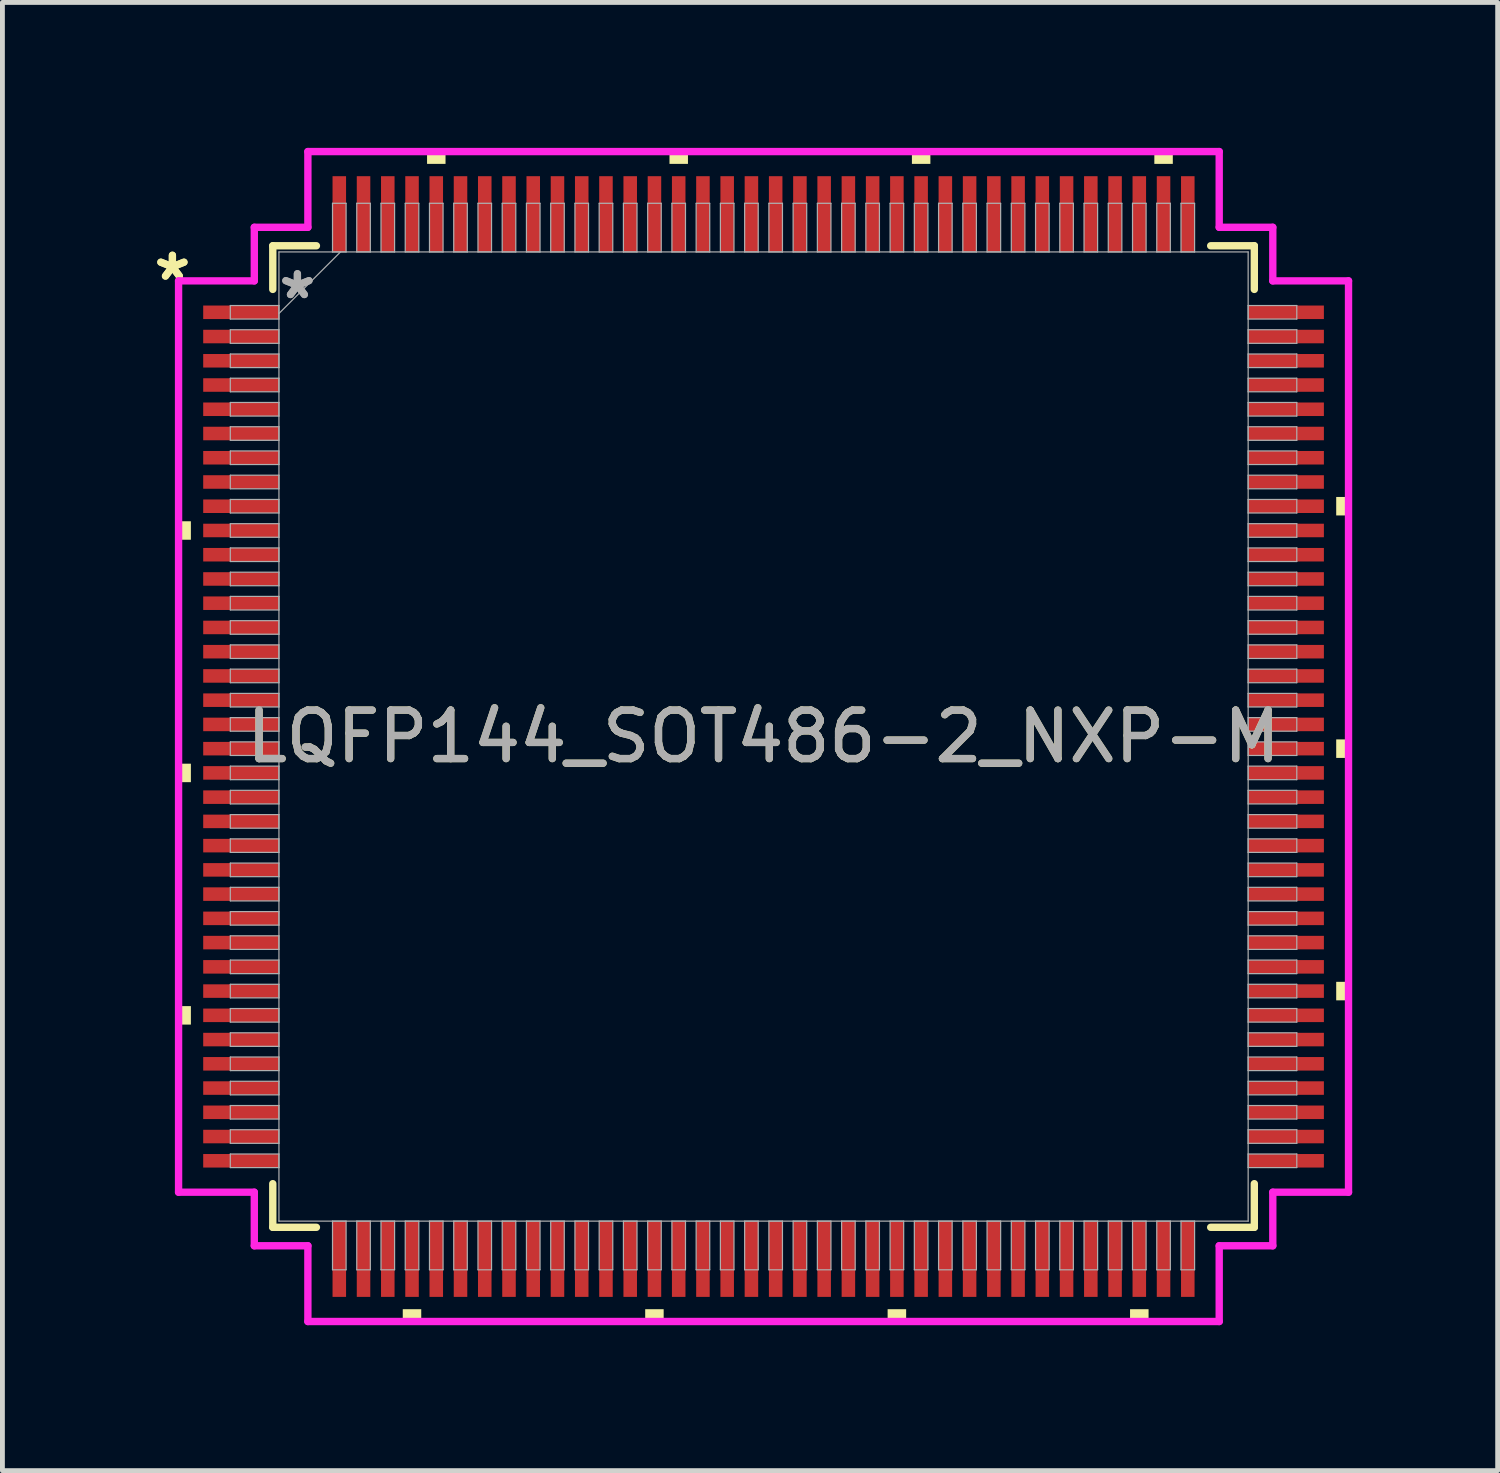
<source format=kicad_pcb>
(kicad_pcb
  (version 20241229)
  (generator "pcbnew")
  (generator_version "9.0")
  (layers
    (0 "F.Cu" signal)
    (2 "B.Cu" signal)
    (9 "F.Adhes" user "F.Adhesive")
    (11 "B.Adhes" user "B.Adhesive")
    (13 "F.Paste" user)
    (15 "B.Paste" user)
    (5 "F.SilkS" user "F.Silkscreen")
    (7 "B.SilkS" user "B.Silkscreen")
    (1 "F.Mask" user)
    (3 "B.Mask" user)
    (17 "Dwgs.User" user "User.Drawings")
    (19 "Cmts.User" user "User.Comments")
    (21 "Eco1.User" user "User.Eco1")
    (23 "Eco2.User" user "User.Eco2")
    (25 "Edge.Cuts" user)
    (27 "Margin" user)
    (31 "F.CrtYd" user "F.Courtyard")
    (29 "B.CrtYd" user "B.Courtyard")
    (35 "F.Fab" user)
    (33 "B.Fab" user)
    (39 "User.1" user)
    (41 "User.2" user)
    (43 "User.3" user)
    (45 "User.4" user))
  (footprint "LQFP144_SOT486-2_NXP-M"
    (layer "F.Cu")
    (at 12.698 12.141)
    (property "Reference" "LQFP144_SOT486-2_NXP-M" (at 0 0 0) (unlocked yes) (layer "F.SilkS") (effects (font (size 1 1) (thickness 0.15))))
    (attr smd)
    (fp_line (start -10.122 -10.122) (end -10.122 -9.222) (stroke (width 0.152) (type solid)) (layer "F.SilkS"))
    (fp_line (start -10.122 9.222) (end -10.122 10.122) (stroke (width 0.152) (type solid)) (layer "F.SilkS"))
    (fp_line (start -10.122 10.122) (end -9.222 10.122) (stroke (width 0.152) (type solid)) (layer "F.SilkS"))
    (fp_line (start -9.222 -10.122) (end -10.122 -10.122) (stroke (width 0.152) (type solid)) (layer "F.SilkS"))
    (fp_line (start 9.222 10.122) (end 10.122 10.122) (stroke (width 0.152) (type solid)) (layer "F.SilkS"))
    (fp_line (start 10.122 -10.122) (end 9.222 -10.122) (stroke (width 0.152) (type solid)) (layer "F.SilkS"))
    (fp_line (start 10.122 -9.222) (end 10.122 -10.122) (stroke (width 0.152) (type solid)) (layer "F.SilkS"))
    (fp_line (start 10.122 10.122) (end 10.122 9.222) (stroke (width 0.152) (type solid)) (layer "F.SilkS"))
    (fp_poly (pts (xy -12.065 -4.44) (xy -12.065 -4.059) (xy -11.811 -4.059) (xy -11.811 -4.44)) (stroke (width 0) (type solid)) (fill yes) (layer "F.SilkS"))
    (fp_poly (pts (xy -12.065 0.56) (xy -12.065 0.941) (xy -11.811 0.941) (xy -11.811 0.56)) (stroke (width 0) (type solid)) (fill yes) (layer "F.SilkS"))
    (fp_poly (pts (xy -12.065 5.56) (xy -12.065 5.941) (xy -11.811 5.941) (xy -11.811 5.56)) (stroke (width 0) (type solid)) (fill yes) (layer "F.SilkS"))
    (fp_poly (pts (xy -7.441 11.811) (xy -7.441 12.065) (xy -7.06 12.065) (xy -7.06 11.811)) (stroke (width 0) (type solid)) (fill yes) (layer "F.SilkS"))
    (fp_poly (pts (xy -6.94 -11.811) (xy -6.94 -12.065) (xy -6.559 -12.065) (xy -6.559 -11.811)) (stroke (width 0) (type solid)) (fill yes) (layer "F.SilkS"))
    (fp_poly (pts (xy -2.441 11.811) (xy -2.441 12.065) (xy -2.06 12.065) (xy -2.06 11.811)) (stroke (width 0) (type solid)) (fill yes) (layer "F.SilkS"))
    (fp_poly (pts (xy -1.94 -11.811) (xy -1.94 -12.065) (xy -1.559 -12.065) (xy -1.559 -11.811)) (stroke (width 0) (type solid)) (fill yes) (layer "F.SilkS"))
    (fp_poly (pts (xy 2.559 11.811) (xy 2.559 12.065) (xy 2.941 12.065) (xy 2.941 11.811)) (stroke (width 0) (type solid)) (fill yes) (layer "F.SilkS"))
    (fp_poly (pts (xy 3.06 -11.811) (xy 3.06 -12.065) (xy 3.441 -12.065) (xy 3.441 -11.811)) (stroke (width 0) (type solid)) (fill yes) (layer "F.SilkS"))
    (fp_poly (pts (xy 7.559 11.811) (xy 7.559 12.065) (xy 7.941 12.065) (xy 7.941 11.811)) (stroke (width 0) (type solid)) (fill yes) (layer "F.SilkS"))
    (fp_poly (pts (xy 8.06 -11.811) (xy 8.06 -12.065) (xy 8.441 -12.065) (xy 8.441 -11.811)) (stroke (width 0) (type solid)) (fill yes) (layer "F.SilkS"))
    (fp_poly (pts (xy 12.065 -4.941) (xy 12.065 -4.56) (xy 11.811 -4.56) (xy 11.811 -4.941)) (stroke (width 0) (type solid)) (fill yes) (layer "F.SilkS"))
    (fp_poly (pts (xy 12.065 0.059) (xy 12.065 0.441) (xy 11.811 0.441) (xy 11.811 0.059)) (stroke (width 0) (type solid)) (fill yes) (layer "F.SilkS"))
    (fp_poly (pts (xy 12.065 5.059) (xy 12.065 5.441) (xy 11.811 5.441) (xy 11.811 5.059)) (stroke (width 0) (type solid)) (fill yes) (layer "F.SilkS"))
    (fp_line (start -12.065 -9.398) (end -10.503 -9.398) (stroke (width 0.152) (type solid)) (layer "F.CrtYd"))
    (fp_line (start -12.065 9.398) (end -12.065 -9.398) (stroke (width 0.152) (type solid)) (layer "F.CrtYd"))
    (fp_line (start -10.503 -10.503) (end -9.398 -10.503) (stroke (width 0.152) (type solid)) (layer "F.CrtYd"))
    (fp_line (start -10.503 -9.398) (end -10.503 -10.503) (stroke (width 0.152) (type solid)) (layer "F.CrtYd"))
    (fp_line (start -10.503 9.398) (end -12.065 9.398) (stroke (width 0.152) (type solid)) (layer "F.CrtYd"))
    (fp_line (start -10.503 10.503) (end -10.503 9.398) (stroke (width 0.152) (type solid)) (layer "F.CrtYd"))
    (fp_line (start -10.503 10.503) (end -9.398 10.503) (stroke (width 0.152) (type solid)) (layer "F.CrtYd"))
    (fp_line (start -9.398 -12.065) (end 9.398 -12.065) (stroke (width 0.152) (type solid)) (layer "F.CrtYd"))
    (fp_line (start -9.398 -10.503) (end -9.398 -12.065) (stroke (width 0.152) (type solid)) (layer "F.CrtYd"))
    (fp_line (start -9.398 10.503) (end -9.398 12.065) (stroke (width 0.152) (type solid)) (layer "F.CrtYd"))
    (fp_line (start -9.398 12.065) (end 9.398 12.065) (stroke (width 0.152) (type solid)) (layer "F.CrtYd"))
    (fp_line (start 9.398 -12.065) (end 9.398 -10.503) (stroke (width 0.152) (type solid)) (layer "F.CrtYd"))
    (fp_line (start 9.398 -10.503) (end 10.503 -10.503) (stroke (width 0.152) (type solid)) (layer "F.CrtYd"))
    (fp_line (start 9.398 10.503) (end 10.503 10.503) (stroke (width 0.152) (type solid)) (layer "F.CrtYd"))
    (fp_line (start 9.398 12.065) (end 9.398 10.503) (stroke (width 0.152) (type solid)) (layer "F.CrtYd"))
    (fp_line (start 10.503 -9.398) (end 10.503 -10.503) (stroke (width 0.152) (type solid)) (layer "F.CrtYd"))
    (fp_line (start 10.503 9.398) (end 12.065 9.398) (stroke (width 0.152) (type solid)) (layer "F.CrtYd"))
    (fp_line (start 10.503 10.503) (end 10.503 9.398) (stroke (width 0.152) (type solid)) (layer "F.CrtYd"))
    (fp_line (start 12.065 -9.398) (end 10.503 -9.398) (stroke (width 0.152) (type solid)) (layer "F.CrtYd"))
    (fp_line (start 12.065 9.398) (end 12.065 -9.398) (stroke (width 0.152) (type solid)) (layer "F.CrtYd"))
    (fp_line (start -10.998 -8.89) (end -10.998 -8.61) (stroke (width 0.025) (type solid)) (layer "F.Fab"))
    (fp_line (start -10.998 -8.61) (end -9.995 -8.61) (stroke (width 0.025) (type solid)) (layer "F.Fab"))
    (fp_line (start -10.998 -8.39) (end -10.998 -8.11) (stroke (width 0.025) (type solid)) (layer "F.Fab"))
    (fp_line (start -10.998 -8.11) (end -9.995 -8.11) (stroke (width 0.025) (type solid)) (layer "F.Fab"))
    (fp_line (start -10.998 -7.89) (end -10.998 -7.61) (stroke (width 0.025) (type solid)) (layer "F.Fab"))
    (fp_line (start -10.998 -7.61) (end -9.995 -7.61) (stroke (width 0.025) (type solid)) (layer "F.Fab"))
    (fp_line (start -10.998 -7.39) (end -10.998 -7.11) (stroke (width 0.025) (type solid)) (layer "F.Fab"))
    (fp_line (start -10.998 -7.11) (end -9.995 -7.11) (stroke (width 0.025) (type solid)) (layer "F.Fab"))
    (fp_line (start -10.998 -6.89) (end -10.998 -6.61) (stroke (width 0.025) (type solid)) (layer "F.Fab"))
    (fp_line (start -10.998 -6.61) (end -9.995 -6.61) (stroke (width 0.025) (type solid)) (layer "F.Fab"))
    (fp_line (start -10.998 -6.39) (end -10.998 -6.11) (stroke (width 0.025) (type solid)) (layer "F.Fab"))
    (fp_line (start -10.998 -6.11) (end -9.995 -6.11) (stroke (width 0.025) (type solid)) (layer "F.Fab"))
    (fp_line (start -10.998 -5.89) (end -10.998 -5.61) (stroke (width 0.025) (type solid)) (layer "F.Fab"))
    (fp_line (start -10.998 -5.61) (end -9.995 -5.61) (stroke (width 0.025) (type solid)) (layer "F.Fab"))
    (fp_line (start -10.998 -5.39) (end -10.998 -5.11) (stroke (width 0.025) (type solid)) (layer "F.Fab"))
    (fp_line (start -10.998 -5.11) (end -9.995 -5.11) (stroke (width 0.025) (type solid)) (layer "F.Fab"))
    (fp_line (start -10.998 -4.89) (end -10.998 -4.61) (stroke (width 0.025) (type solid)) (layer "F.Fab"))
    (fp_line (start -10.998 -4.61) (end -9.995 -4.61) (stroke (width 0.025) (type solid)) (layer "F.Fab"))
    (fp_line (start -10.998 -4.39) (end -10.998 -4.11) (stroke (width 0.025) (type solid)) (layer "F.Fab"))
    (fp_line (start -10.998 -4.11) (end -9.995 -4.11) (stroke (width 0.025) (type solid)) (layer "F.Fab"))
    (fp_line (start -10.998 -3.89) (end -10.998 -3.61) (stroke (width 0.025) (type solid)) (layer "F.Fab"))
    (fp_line (start -10.998 -3.61) (end -9.995 -3.61) (stroke (width 0.025) (type solid)) (layer "F.Fab"))
    (fp_line (start -10.998 -3.39) (end -10.998 -3.11) (stroke (width 0.025) (type solid)) (layer "F.Fab"))
    (fp_line (start -10.998 -3.11) (end -9.995 -3.11) (stroke (width 0.025) (type solid)) (layer "F.Fab"))
    (fp_line (start -10.998 -2.89) (end -10.998 -2.61) (stroke (width 0.025) (type solid)) (layer "F.Fab"))
    (fp_line (start -10.998 -2.61) (end -9.995 -2.61) (stroke (width 0.025) (type solid)) (layer "F.Fab"))
    (fp_line (start -10.998 -2.39) (end -10.998 -2.11) (stroke (width 0.025) (type solid)) (layer "F.Fab"))
    (fp_line (start -10.998 -2.11) (end -9.995 -2.11) (stroke (width 0.025) (type solid)) (layer "F.Fab"))
    (fp_line (start -10.998 -1.89) (end -10.998 -1.61) (stroke (width 0.025) (type solid)) (layer "F.Fab"))
    (fp_line (start -10.998 -1.61) (end -9.995 -1.61) (stroke (width 0.025) (type solid)) (layer "F.Fab"))
    (fp_line (start -10.998 -1.39) (end -10.998 -1.11) (stroke (width 0.025) (type solid)) (layer "F.Fab"))
    (fp_line (start -10.998 -1.11) (end -9.995 -1.11) (stroke (width 0.025) (type solid)) (layer "F.Fab"))
    (fp_line (start -10.998 -0.89) (end -10.998 -0.61) (stroke (width 0.025) (type solid)) (layer "F.Fab"))
    (fp_line (start -10.998 -0.61) (end -9.995 -0.61) (stroke (width 0.025) (type solid)) (layer "F.Fab"))
    (fp_line (start -10.998 -0.39) (end -10.998 -0.11) (stroke (width 0.025) (type solid)) (layer "F.Fab"))
    (fp_line (start -10.998 -0.11) (end -9.995 -0.11) (stroke (width 0.025) (type solid)) (layer "F.Fab"))
    (fp_line (start -10.998 0.11) (end -10.998 0.39) (stroke (width 0.025) (type solid)) (layer "F.Fab"))
    (fp_line (start -10.998 0.39) (end -9.995 0.39) (stroke (width 0.025) (type solid)) (layer "F.Fab"))
    (fp_line (start -10.998 0.61) (end -10.998 0.89) (stroke (width 0.025) (type solid)) (layer "F.Fab"))
    (fp_line (start -10.998 0.89) (end -9.995 0.89) (stroke (width 0.025) (type solid)) (layer "F.Fab"))
    (fp_line (start -10.998 1.11) (end -10.998 1.39) (stroke (width 0.025) (type solid)) (layer "F.Fab"))
    (fp_line (start -10.998 1.39) (end -9.995 1.39) (stroke (width 0.025) (type solid)) (layer "F.Fab"))
    (fp_line (start -10.998 1.61) (end -10.998 1.89) (stroke (width 0.025) (type solid)) (layer "F.Fab"))
    (fp_line (start -10.998 1.89) (end -9.995 1.89) (stroke (width 0.025) (type solid)) (layer "F.Fab"))
    (fp_line (start -10.998 2.11) (end -10.998 2.39) (stroke (width 0.025) (type solid)) (layer "F.Fab"))
    (fp_line (start -10.998 2.39) (end -9.995 2.39) (stroke (width 0.025) (type solid)) (layer "F.Fab"))
    (fp_line (start -10.998 2.61) (end -10.998 2.89) (stroke (width 0.025) (type solid)) (layer "F.Fab"))
    (fp_line (start -10.998 2.89) (end -9.995 2.89) (stroke (width 0.025) (type solid)) (layer "F.Fab"))
    (fp_line (start -10.998 3.11) (end -10.998 3.39) (stroke (width 0.025) (type solid)) (layer "F.Fab"))
    (fp_line (start -10.998 3.39) (end -9.995 3.39) (stroke (width 0.025) (type solid)) (layer "F.Fab"))
    (fp_line (start -10.998 3.61) (end -10.998 3.89) (stroke (width 0.025) (type solid)) (layer "F.Fab"))
    (fp_line (start -10.998 3.89) (end -9.995 3.89) (stroke (width 0.025) (type solid)) (layer "F.Fab"))
    (fp_line (start -10.998 4.11) (end -10.998 4.39) (stroke (width 0.025) (type solid)) (layer "F.Fab"))
    (fp_line (start -10.998 4.39) (end -9.995 4.39) (stroke (width 0.025) (type solid)) (layer "F.Fab"))
    (fp_line (start -10.998 4.61) (end -10.998 4.89) (stroke (width 0.025) (type solid)) (layer "F.Fab"))
    (fp_line (start -10.998 4.89) (end -9.995 4.89) (stroke (width 0.025) (type solid)) (layer "F.Fab"))
    (fp_line (start -10.998 5.11) (end -10.998 5.39) (stroke (width 0.025) (type solid)) (layer "F.Fab"))
    (fp_line (start -10.998 5.39) (end -9.995 5.39) (stroke (width 0.025) (type solid)) (layer "F.Fab"))
    (fp_line (start -10.998 5.61) (end -10.998 5.89) (stroke (width 0.025) (type solid)) (layer "F.Fab"))
    (fp_line (start -10.998 5.89) (end -9.995 5.89) (stroke (width 0.025) (type solid)) (layer "F.Fab"))
    (fp_line (start -10.998 6.11) (end -10.998 6.39) (stroke (width 0.025) (type solid)) (layer "F.Fab"))
    (fp_line (start -10.998 6.39) (end -9.995 6.39) (stroke (width 0.025) (type solid)) (layer "F.Fab"))
    (fp_line (start -10.998 6.61) (end -10.998 6.89) (stroke (width 0.025) (type solid)) (layer "F.Fab"))
    (fp_line (start -10.998 6.89) (end -9.995 6.89) (stroke (width 0.025) (type solid)) (layer "F.Fab"))
    (fp_line (start -10.998 7.11) (end -10.998 7.39) (stroke (width 0.025) (type solid)) (layer "F.Fab"))
    (fp_line (start -10.998 7.39) (end -9.995 7.39) (stroke (width 0.025) (type solid)) (layer "F.Fab"))
    (fp_line (start -10.998 7.61) (end -10.998 7.89) (stroke (width 0.025) (type solid)) (layer "F.Fab"))
    (fp_line (start -10.998 7.89) (end -9.995 7.89) (stroke (width 0.025) (type solid)) (layer "F.Fab"))
    (fp_line (start -10.998 8.11) (end -10.998 8.39) (stroke (width 0.025) (type solid)) (layer "F.Fab"))
    (fp_line (start -10.998 8.39) (end -9.995 8.39) (stroke (width 0.025) (type solid)) (layer "F.Fab"))
    (fp_line (start -10.998 8.61) (end -10.998 8.89) (stroke (width 0.025) (type solid)) (layer "F.Fab"))
    (fp_line (start -10.998 8.89) (end -9.995 8.89) (stroke (width 0.025) (type solid)) (layer "F.Fab"))
    (fp_line (start -9.995 -9.995) (end -9.995 9.995) (stroke (width 0.025) (type solid)) (layer "F.Fab"))
    (fp_line (start -9.995 -8.89) (end -10.998 -8.89) (stroke (width 0.025) (type solid)) (layer "F.Fab"))
    (fp_line (start -9.995 -8.725) (end -8.725 -9.995) (stroke (width 0.025) (type solid)) (layer "F.Fab"))
    (fp_line (start -9.995 -8.61) (end -9.995 -8.89) (stroke (width 0.025) (type solid)) (layer "F.Fab"))
    (fp_line (start -9.995 -8.39) (end -10.998 -8.39) (stroke (width 0.025) (type solid)) (layer "F.Fab"))
    (fp_line (start -9.995 -8.11) (end -9.995 -8.39) (stroke (width 0.025) (type solid)) (layer "F.Fab"))
    (fp_line (start -9.995 -7.89) (end -10.998 -7.89) (stroke (width 0.025) (type solid)) (layer "F.Fab"))
    (fp_line (start -9.995 -7.61) (end -9.995 -7.89) (stroke (width 0.025) (type solid)) (layer "F.Fab"))
    (fp_line (start -9.995 -7.39) (end -10.998 -7.39) (stroke (width 0.025) (type solid)) (layer "F.Fab"))
    (fp_line (start -9.995 -7.11) (end -9.995 -7.39) (stroke (width 0.025) (type solid)) (layer "F.Fab"))
    (fp_line (start -9.995 -6.89) (end -10.998 -6.89) (stroke (width 0.025) (type solid)) (layer "F.Fab"))
    (fp_line (start -9.995 -6.61) (end -9.995 -6.89) (stroke (width 0.025) (type solid)) (layer "F.Fab"))
    (fp_line (start -9.995 -6.39) (end -10.998 -6.39) (stroke (width 0.025) (type solid)) (layer "F.Fab"))
    (fp_line (start -9.995 -6.11) (end -9.995 -6.39) (stroke (width 0.025) (type solid)) (layer "F.Fab"))
    (fp_line (start -9.995 -5.89) (end -10.998 -5.89) (stroke (width 0.025) (type solid)) (layer "F.Fab"))
    (fp_line (start -9.995 -5.61) (end -9.995 -5.89) (stroke (width 0.025) (type solid)) (layer "F.Fab"))
    (fp_line (start -9.995 -5.39) (end -10.998 -5.39) (stroke (width 0.025) (type solid)) (layer "F.Fab"))
    (fp_line (start -9.995 -5.11) (end -9.995 -5.39) (stroke (width 0.025) (type solid)) (layer "F.Fab"))
    (fp_line (start -9.995 -4.89) (end -10.998 -4.89) (stroke (width 0.025) (type solid)) (layer "F.Fab"))
    (fp_line (start -9.995 -4.61) (end -9.995 -4.89) (stroke (width 0.025) (type solid)) (layer "F.Fab"))
    (fp_line (start -9.995 -4.39) (end -10.998 -4.39) (stroke (width 0.025) (type solid)) (layer "F.Fab"))
    (fp_line (start -9.995 -4.11) (end -9.995 -4.39) (stroke (width 0.025) (type solid)) (layer "F.Fab"))
    (fp_line (start -9.995 -3.89) (end -10.998 -3.89) (stroke (width 0.025) (type solid)) (layer "F.Fab"))
    (fp_line (start -9.995 -3.61) (end -9.995 -3.89) (stroke (width 0.025) (type solid)) (layer "F.Fab"))
    (fp_line (start -9.995 -3.39) (end -10.998 -3.39) (stroke (width 0.025) (type solid)) (layer "F.Fab"))
    (fp_line (start -9.995 -3.11) (end -9.995 -3.39) (stroke (width 0.025) (type solid)) (layer "F.Fab"))
    (fp_line (start -9.995 -2.89) (end -10.998 -2.89) (stroke (width 0.025) (type solid)) (layer "F.Fab"))
    (fp_line (start -9.995 -2.61) (end -9.995 -2.89) (stroke (width 0.025) (type solid)) (layer "F.Fab"))
    (fp_line (start -9.995 -2.39) (end -10.998 -2.39) (stroke (width 0.025) (type solid)) (layer "F.Fab"))
    (fp_line (start -9.995 -2.11) (end -9.995 -2.39) (stroke (width 0.025) (type solid)) (layer "F.Fab"))
    (fp_line (start -9.995 -1.89) (end -10.998 -1.89) (stroke (width 0.025) (type solid)) (layer "F.Fab"))
    (fp_line (start -9.995 -1.61) (end -9.995 -1.89) (stroke (width 0.025) (type solid)) (layer "F.Fab"))
    (fp_line (start -9.995 -1.39) (end -10.998 -1.39) (stroke (width 0.025) (type solid)) (layer "F.Fab"))
    (fp_line (start -9.995 -1.11) (end -9.995 -1.39) (stroke (width 0.025) (type solid)) (layer "F.Fab"))
    (fp_line (start -9.995 -0.89) (end -10.998 -0.89) (stroke (width 0.025) (type solid)) (layer "F.Fab"))
    (fp_line (start -9.995 -0.61) (end -9.995 -0.89) (stroke (width 0.025) (type solid)) (layer "F.Fab"))
    (fp_line (start -9.995 -0.39) (end -10.998 -0.39) (stroke (width 0.025) (type solid)) (layer "F.Fab"))
    (fp_line (start -9.995 -0.11) (end -9.995 -0.39) (stroke (width 0.025) (type solid)) (layer "F.Fab"))
    (fp_line (start -9.995 0.11) (end -10.998 0.11) (stroke (width 0.025) (type solid)) (layer "F.Fab"))
    (fp_line (start -9.995 0.39) (end -9.995 0.11) (stroke (width 0.025) (type solid)) (layer "F.Fab"))
    (fp_line (start -9.995 0.61) (end -10.998 0.61) (stroke (width 0.025) (type solid)) (layer "F.Fab"))
    (fp_line (start -9.995 0.89) (end -9.995 0.61) (stroke (width 0.025) (type solid)) (layer "F.Fab"))
    (fp_line (start -9.995 1.11) (end -10.998 1.11) (stroke (width 0.025) (type solid)) (layer "F.Fab"))
    (fp_line (start -9.995 1.39) (end -9.995 1.11) (stroke (width 0.025) (type solid)) (layer "F.Fab"))
    (fp_line (start -9.995 1.61) (end -10.998 1.61) (stroke (width 0.025) (type solid)) (layer "F.Fab"))
    (fp_line (start -9.995 1.89) (end -9.995 1.61) (stroke (width 0.025) (type solid)) (layer "F.Fab"))
    (fp_line (start -9.995 2.11) (end -10.998 2.11) (stroke (width 0.025) (type solid)) (layer "F.Fab"))
    (fp_line (start -9.995 2.39) (end -9.995 2.11) (stroke (width 0.025) (type solid)) (layer "F.Fab"))
    (fp_line (start -9.995 2.61) (end -10.998 2.61) (stroke (width 0.025) (type solid)) (layer "F.Fab"))
    (fp_line (start -9.995 2.89) (end -9.995 2.61) (stroke (width 0.025) (type solid)) (layer "F.Fab"))
    (fp_line (start -9.995 3.11) (end -10.998 3.11) (stroke (width 0.025) (type solid)) (layer "F.Fab"))
    (fp_line (start -9.995 3.39) (end -9.995 3.11) (stroke (width 0.025) (type solid)) (layer "F.Fab"))
    (fp_line (start -9.995 3.61) (end -10.998 3.61) (stroke (width 0.025) (type solid)) (layer "F.Fab"))
    (fp_line (start -9.995 3.89) (end -9.995 3.61) (stroke (width 0.025) (type solid)) (layer "F.Fab"))
    (fp_line (start -9.995 4.11) (end -10.998 4.11) (stroke (width 0.025) (type solid)) (layer "F.Fab"))
    (fp_line (start -9.995 4.39) (end -9.995 4.11) (stroke (width 0.025) (type solid)) (layer "F.Fab"))
    (fp_line (start -9.995 4.61) (end -10.998 4.61) (stroke (width 0.025) (type solid)) (layer "F.Fab"))
    (fp_line (start -9.995 4.89) (end -9.995 4.61) (stroke (width 0.025) (type solid)) (layer "F.Fab"))
    (fp_line (start -9.995 5.11) (end -10.998 5.11) (stroke (width 0.025) (type solid)) (layer "F.Fab"))
    (fp_line (start -9.995 5.39) (end -9.995 5.11) (stroke (width 0.025) (type solid)) (layer "F.Fab"))
    (fp_line (start -9.995 5.61) (end -10.998 5.61) (stroke (width 0.025) (type solid)) (layer "F.Fab"))
    (fp_line (start -9.995 5.89) (end -9.995 5.61) (stroke (width 0.025) (type solid)) (layer "F.Fab"))
    (fp_line (start -9.995 6.11) (end -10.998 6.11) (stroke (width 0.025) (type solid)) (layer "F.Fab"))
    (fp_line (start -9.995 6.39) (end -9.995 6.11) (stroke (width 0.025) (type solid)) (layer "F.Fab"))
    (fp_line (start -9.995 6.61) (end -10.998 6.61) (stroke (width 0.025) (type solid)) (layer "F.Fab"))
    (fp_line (start -9.995 6.89) (end -9.995 6.61) (stroke (width 0.025) (type solid)) (layer "F.Fab"))
    (fp_line (start -9.995 7.11) (end -10.998 7.11) (stroke (width 0.025) (type solid)) (layer "F.Fab"))
    (fp_line (start -9.995 7.39) (end -9.995 7.11) (stroke (width 0.025) (type solid)) (layer "F.Fab"))
    (fp_line (start -9.995 7.61) (end -10.998 7.61) (stroke (width 0.025) (type solid)) (layer "F.Fab"))
    (fp_line (start -9.995 7.89) (end -9.995 7.61) (stroke (width 0.025) (type solid)) (layer "F.Fab"))
    (fp_line (start -9.995 8.11) (end -10.998 8.11) (stroke (width 0.025) (type solid)) (layer "F.Fab"))
    (fp_line (start -9.995 8.39) (end -9.995 8.11) (stroke (width 0.025) (type solid)) (layer "F.Fab"))
    (fp_line (start -9.995 8.61) (end -10.998 8.61) (stroke (width 0.025) (type solid)) (layer "F.Fab"))
    (fp_line (start -9.995 8.89) (end -9.995 8.61) (stroke (width 0.025) (type solid)) (layer "F.Fab"))
    (fp_line (start -9.995 9.995) (end 9.995 9.995) (stroke (width 0.025) (type solid)) (layer "F.Fab"))
    (fp_line (start -8.89 -10.998) (end -8.89 -9.995) (stroke (width 0.025) (type solid)) (layer "F.Fab"))
    (fp_line (start -8.89 -9.995) (end -8.61 -9.995) (stroke (width 0.025) (type solid)) (layer "F.Fab"))
    (fp_line (start -8.89 9.995) (end -8.89 10.998) (stroke (width 0.025) (type solid)) (layer "F.Fab"))
    (fp_line (start -8.89 10.998) (end -8.61 10.998) (stroke (width 0.025) (type solid)) (layer "F.Fab"))
    (fp_line (start -8.61 -10.998) (end -8.89 -10.998) (stroke (width 0.025) (type solid)) (layer "F.Fab"))
    (fp_line (start -8.61 -9.995) (end -8.61 -10.998) (stroke (width 0.025) (type solid)) (layer "F.Fab"))
    (fp_line (start -8.61 9.995) (end -8.89 9.995) (stroke (width 0.025) (type solid)) (layer "F.Fab"))
    (fp_line (start -8.61 10.998) (end -8.61 9.995) (stroke (width 0.025) (type solid)) (layer "F.Fab"))
    (fp_line (start -8.39 -10.998) (end -8.39 -9.995) (stroke (width 0.025) (type solid)) (layer "F.Fab"))
    (fp_line (start -8.39 -9.995) (end -8.11 -9.995) (stroke (width 0.025) (type solid)) (layer "F.Fab"))
    (fp_line (start -8.39 9.995) (end -8.39 10.998) (stroke (width 0.025) (type solid)) (layer "F.Fab"))
    (fp_line (start -8.39 10.998) (end -8.11 10.998) (stroke (width 0.025) (type solid)) (layer "F.Fab"))
    (fp_line (start -8.11 -10.998) (end -8.39 -10.998) (stroke (width 0.025) (type solid)) (layer "F.Fab"))
    (fp_line (start -8.11 -9.995) (end -8.11 -10.998) (stroke (width 0.025) (type solid)) (layer "F.Fab"))
    (fp_line (start -8.11 9.995) (end -8.39 9.995) (stroke (width 0.025) (type solid)) (layer "F.Fab"))
    (fp_line (start -8.11 10.998) (end -8.11 9.995) (stroke (width 0.025) (type solid)) (layer "F.Fab"))
    (fp_line (start -7.89 -10.998) (end -7.89 -9.995) (stroke (width 0.025) (type solid)) (layer "F.Fab"))
    (fp_line (start -7.89 -9.995) (end -7.61 -9.995) (stroke (width 0.025) (type solid)) (layer "F.Fab"))
    (fp_line (start -7.89 9.995) (end -7.89 10.998) (stroke (width 0.025) (type solid)) (layer "F.Fab"))
    (fp_line (start -7.89 10.998) (end -7.61 10.998) (stroke (width 0.025) (type solid)) (layer "F.Fab"))
    (fp_line (start -7.61 -10.998) (end -7.89 -10.998) (stroke (width 0.025) (type solid)) (layer "F.Fab"))
    (fp_line (start -7.61 -9.995) (end -7.61 -10.998) (stroke (width 0.025) (type solid)) (layer "F.Fab"))
    (fp_line (start -7.61 9.995) (end -7.89 9.995) (stroke (width 0.025) (type solid)) (layer "F.Fab"))
    (fp_line (start -7.61 10.998) (end -7.61 9.995) (stroke (width 0.025) (type solid)) (layer "F.Fab"))
    (fp_line (start -7.39 -10.998) (end -7.39 -9.995) (stroke (width 0.025) (type solid)) (layer "F.Fab"))
    (fp_line (start -7.39 -9.995) (end -7.11 -9.995) (stroke (width 0.025) (type solid)) (layer "F.Fab"))
    (fp_line (start -7.39 9.995) (end -7.39 10.998) (stroke (width 0.025) (type solid)) (layer "F.Fab"))
    (fp_line (start -7.39 10.998) (end -7.11 10.998) (stroke (width 0.025) (type solid)) (layer "F.Fab"))
    (fp_line (start -7.11 -10.998) (end -7.39 -10.998) (stroke (width 0.025) (type solid)) (layer "F.Fab"))
    (fp_line (start -7.11 -9.995) (end -7.11 -10.998) (stroke (width 0.025) (type solid)) (layer "F.Fab"))
    (fp_line (start -7.11 9.995) (end -7.39 9.995) (stroke (width 0.025) (type solid)) (layer "F.Fab"))
    (fp_line (start -7.11 10.998) (end -7.11 9.995) (stroke (width 0.025) (type solid)) (layer "F.Fab"))
    (fp_line (start -6.89 -10.998) (end -6.89 -9.995) (stroke (width 0.025) (type solid)) (layer "F.Fab"))
    (fp_line (start -6.89 -9.995) (end -6.61 -9.995) (stroke (width 0.025) (type solid)) (layer "F.Fab"))
    (fp_line (start -6.89 9.995) (end -6.89 10.998) (stroke (width 0.025) (type solid)) (layer "F.Fab"))
    (fp_line (start -6.89 10.998) (end -6.61 10.998) (stroke (width 0.025) (type solid)) (layer "F.Fab"))
    (fp_line (start -6.61 -10.998) (end -6.89 -10.998) (stroke (width 0.025) (type solid)) (layer "F.Fab"))
    (fp_line (start -6.61 -9.995) (end -6.61 -10.998) (stroke (width 0.025) (type solid)) (layer "F.Fab"))
    (fp_line (start -6.61 9.995) (end -6.89 9.995) (stroke (width 0.025) (type solid)) (layer "F.Fab"))
    (fp_line (start -6.61 10.998) (end -6.61 9.995) (stroke (width 0.025) (type solid)) (layer "F.Fab"))
    (fp_line (start -6.39 -10.998) (end -6.39 -9.995) (stroke (width 0.025) (type solid)) (layer "F.Fab"))
    (fp_line (start -6.39 -9.995) (end -6.11 -9.995) (stroke (width 0.025) (type solid)) (layer "F.Fab"))
    (fp_line (start -6.39 9.995) (end -6.39 10.998) (stroke (width 0.025) (type solid)) (layer "F.Fab"))
    (fp_line (start -6.39 10.998) (end -6.11 10.998) (stroke (width 0.025) (type solid)) (layer "F.Fab"))
    (fp_line (start -6.11 -10.998) (end -6.39 -10.998) (stroke (width 0.025) (type solid)) (layer "F.Fab"))
    (fp_line (start -6.11 -9.995) (end -6.11 -10.998) (stroke (width 0.025) (type solid)) (layer "F.Fab"))
    (fp_line (start -6.11 9.995) (end -6.39 9.995) (stroke (width 0.025) (type solid)) (layer "F.Fab"))
    (fp_line (start -6.11 10.998) (end -6.11 9.995) (stroke (width 0.025) (type solid)) (layer "F.Fab"))
    (fp_line (start -5.89 -10.998) (end -5.89 -9.995) (stroke (width 0.025) (type solid)) (layer "F.Fab"))
    (fp_line (start -5.89 -9.995) (end -5.61 -9.995) (stroke (width 0.025) (type solid)) (layer "F.Fab"))
    (fp_line (start -5.89 9.995) (end -5.89 10.998) (stroke (width 0.025) (type solid)) (layer "F.Fab"))
    (fp_line (start -5.89 10.998) (end -5.61 10.998) (stroke (width 0.025) (type solid)) (layer "F.Fab"))
    (fp_line (start -5.61 -10.998) (end -5.89 -10.998) (stroke (width 0.025) (type solid)) (layer "F.Fab"))
    (fp_line (start -5.61 -9.995) (end -5.61 -10.998) (stroke (width 0.025) (type solid)) (layer "F.Fab"))
    (fp_line (start -5.61 9.995) (end -5.89 9.995) (stroke (width 0.025) (type solid)) (layer "F.Fab"))
    (fp_line (start -5.61 10.998) (end -5.61 9.995) (stroke (width 0.025) (type solid)) (layer "F.Fab"))
    (fp_line (start -5.39 -10.998) (end -5.39 -9.995) (stroke (width 0.025) (type solid)) (layer "F.Fab"))
    (fp_line (start -5.39 -9.995) (end -5.11 -9.995) (stroke (width 0.025) (type solid)) (layer "F.Fab"))
    (fp_line (start -5.39 9.995) (end -5.39 10.998) (stroke (width 0.025) (type solid)) (layer "F.Fab"))
    (fp_line (start -5.39 10.998) (end -5.11 10.998) (stroke (width 0.025) (type solid)) (layer "F.Fab"))
    (fp_line (start -5.11 -10.998) (end -5.39 -10.998) (stroke (width 0.025) (type solid)) (layer "F.Fab"))
    (fp_line (start -5.11 -9.995) (end -5.11 -10.998) (stroke (width 0.025) (type solid)) (layer "F.Fab"))
    (fp_line (start -5.11 9.995) (end -5.39 9.995) (stroke (width 0.025) (type solid)) (layer "F.Fab"))
    (fp_line (start -5.11 10.998) (end -5.11 9.995) (stroke (width 0.025) (type solid)) (layer "F.Fab"))
    (fp_line (start -4.89 -10.998) (end -4.89 -9.995) (stroke (width 0.025) (type solid)) (layer "F.Fab"))
    (fp_line (start -4.89 -9.995) (end -4.61 -9.995) (stroke (width 0.025) (type solid)) (layer "F.Fab"))
    (fp_line (start -4.89 9.995) (end -4.89 10.998) (stroke (width 0.025) (type solid)) (layer "F.Fab"))
    (fp_line (start -4.89 10.998) (end -4.61 10.998) (stroke (width 0.025) (type solid)) (layer "F.Fab"))
    (fp_line (start -4.61 -10.998) (end -4.89 -10.998) (stroke (width 0.025) (type solid)) (layer "F.Fab"))
    (fp_line (start -4.61 -9.995) (end -4.61 -10.998) (stroke (width 0.025) (type solid)) (layer "F.Fab"))
    (fp_line (start -4.61 9.995) (end -4.89 9.995) (stroke (width 0.025) (type solid)) (layer "F.Fab"))
    (fp_line (start -4.61 10.998) (end -4.61 9.995) (stroke (width 0.025) (type solid)) (layer "F.Fab"))
    (fp_line (start -4.39 -10.998) (end -4.39 -9.995) (stroke (width 0.025) (type solid)) (layer "F.Fab"))
    (fp_line (start -4.39 -9.995) (end -4.11 -9.995) (stroke (width 0.025) (type solid)) (layer "F.Fab"))
    (fp_line (start -4.39 9.995) (end -4.39 10.998) (stroke (width 0.025) (type solid)) (layer "F.Fab"))
    (fp_line (start -4.39 10.998) (end -4.11 10.998) (stroke (width 0.025) (type solid)) (layer "F.Fab"))
    (fp_line (start -4.11 -10.998) (end -4.39 -10.998) (stroke (width 0.025) (type solid)) (layer "F.Fab"))
    (fp_line (start -4.11 -9.995) (end -4.11 -10.998) (stroke (width 0.025) (type solid)) (layer "F.Fab"))
    (fp_line (start -4.11 9.995) (end -4.39 9.995) (stroke (width 0.025) (type solid)) (layer "F.Fab"))
    (fp_line (start -4.11 10.998) (end -4.11 9.995) (stroke (width 0.025) (type solid)) (layer "F.Fab"))
    (fp_line (start -3.89 -10.998) (end -3.89 -9.995) (stroke (width 0.025) (type solid)) (layer "F.Fab"))
    (fp_line (start -3.89 -9.995) (end -3.61 -9.995) (stroke (width 0.025) (type solid)) (layer "F.Fab"))
    (fp_line (start -3.89 9.995) (end -3.89 10.998) (stroke (width 0.025) (type solid)) (layer "F.Fab"))
    (fp_line (start -3.89 10.998) (end -3.61 10.998) (stroke (width 0.025) (type solid)) (layer "F.Fab"))
    (fp_line (start -3.61 -10.998) (end -3.89 -10.998) (stroke (width 0.025) (type solid)) (layer "F.Fab"))
    (fp_line (start -3.61 -9.995) (end -3.61 -10.998) (stroke (width 0.025) (type solid)) (layer "F.Fab"))
    (fp_line (start -3.61 9.995) (end -3.89 9.995) (stroke (width 0.025) (type solid)) (layer "F.Fab"))
    (fp_line (start -3.61 10.998) (end -3.61 9.995) (stroke (width 0.025) (type solid)) (layer "F.Fab"))
    (fp_line (start -3.39 -10.998) (end -3.39 -9.995) (stroke (width 0.025) (type solid)) (layer "F.Fab"))
    (fp_line (start -3.39 -9.995) (end -3.11 -9.995) (stroke (width 0.025) (type solid)) (layer "F.Fab"))
    (fp_line (start -3.39 9.995) (end -3.39 10.998) (stroke (width 0.025) (type solid)) (layer "F.Fab"))
    (fp_line (start -3.39 10.998) (end -3.11 10.998) (stroke (width 0.025) (type solid)) (layer "F.Fab"))
    (fp_line (start -3.11 -10.998) (end -3.39 -10.998) (stroke (width 0.025) (type solid)) (layer "F.Fab"))
    (fp_line (start -3.11 -9.995) (end -3.11 -10.998) (stroke (width 0.025) (type solid)) (layer "F.Fab"))
    (fp_line (start -3.11 9.995) (end -3.39 9.995) (stroke (width 0.025) (type solid)) (layer "F.Fab"))
    (fp_line (start -3.11 10.998) (end -3.11 9.995) (stroke (width 0.025) (type solid)) (layer "F.Fab"))
    (fp_line (start -2.89 -10.998) (end -2.89 -9.995) (stroke (width 0.025) (type solid)) (layer "F.Fab"))
    (fp_line (start -2.89 -9.995) (end -2.61 -9.995) (stroke (width 0.025) (type solid)) (layer "F.Fab"))
    (fp_line (start -2.89 9.995) (end -2.89 10.998) (stroke (width 0.025) (type solid)) (layer "F.Fab"))
    (fp_line (start -2.89 10.998) (end -2.61 10.998) (stroke (width 0.025) (type solid)) (layer "F.Fab"))
    (fp_line (start -2.61 -10.998) (end -2.89 -10.998) (stroke (width 0.025) (type solid)) (layer "F.Fab"))
    (fp_line (start -2.61 -9.995) (end -2.61 -10.998) (stroke (width 0.025) (type solid)) (layer "F.Fab"))
    (fp_line (start -2.61 9.995) (end -2.89 9.995) (stroke (width 0.025) (type solid)) (layer "F.Fab"))
    (fp_line (start -2.61 10.998) (end -2.61 9.995) (stroke (width 0.025) (type solid)) (layer "F.Fab"))
    (fp_line (start -2.39 -10.998) (end -2.39 -9.995) (stroke (width 0.025) (type solid)) (layer "F.Fab"))
    (fp_line (start -2.39 -9.995) (end -2.11 -9.995) (stroke (width 0.025) (type solid)) (layer "F.Fab"))
    (fp_line (start -2.39 9.995) (end -2.39 10.998) (stroke (width 0.025) (type solid)) (layer "F.Fab"))
    (fp_line (start -2.39 10.998) (end -2.11 10.998) (stroke (width 0.025) (type solid)) (layer "F.Fab"))
    (fp_line (start -2.11 -10.998) (end -2.39 -10.998) (stroke (width 0.025) (type solid)) (layer "F.Fab"))
    (fp_line (start -2.11 -9.995) (end -2.11 -10.998) (stroke (width 0.025) (type solid)) (layer "F.Fab"))
    (fp_line (start -2.11 9.995) (end -2.39 9.995) (stroke (width 0.025) (type solid)) (layer "F.Fab"))
    (fp_line (start -2.11 10.998) (end -2.11 9.995) (stroke (width 0.025) (type solid)) (layer "F.Fab"))
    (fp_line (start -1.89 -10.998) (end -1.89 -9.995) (stroke (width 0.025) (type solid)) (layer "F.Fab"))
    (fp_line (start -1.89 -9.995) (end -1.61 -9.995) (stroke (width 0.025) (type solid)) (layer "F.Fab"))
    (fp_line (start -1.89 9.995) (end -1.89 10.998) (stroke (width 0.025) (type solid)) (layer "F.Fab"))
    (fp_line (start -1.89 10.998) (end -1.61 10.998) (stroke (width 0.025) (type solid)) (layer "F.Fab"))
    (fp_line (start -1.61 -10.998) (end -1.89 -10.998) (stroke (width 0.025) (type solid)) (layer "F.Fab"))
    (fp_line (start -1.61 -9.995) (end -1.61 -10.998) (stroke (width 0.025) (type solid)) (layer "F.Fab"))
    (fp_line (start -1.61 9.995) (end -1.89 9.995) (stroke (width 0.025) (type solid)) (layer "F.Fab"))
    (fp_line (start -1.61 10.998) (end -1.61 9.995) (stroke (width 0.025) (type solid)) (layer "F.Fab"))
    (fp_line (start -1.39 -10.998) (end -1.39 -9.995) (stroke (width 0.025) (type solid)) (layer "F.Fab"))
    (fp_line (start -1.39 -9.995) (end -1.11 -9.995) (stroke (width 0.025) (type solid)) (layer "F.Fab"))
    (fp_line (start -1.39 9.995) (end -1.39 10.998) (stroke (width 0.025) (type solid)) (layer "F.Fab"))
    (fp_line (start -1.39 10.998) (end -1.11 10.998) (stroke (width 0.025) (type solid)) (layer "F.Fab"))
    (fp_line (start -1.11 -10.998) (end -1.39 -10.998) (stroke (width 0.025) (type solid)) (layer "F.Fab"))
    (fp_line (start -1.11 -9.995) (end -1.11 -10.998) (stroke (width 0.025) (type solid)) (layer "F.Fab"))
    (fp_line (start -1.11 9.995) (end -1.39 9.995) (stroke (width 0.025) (type solid)) (layer "F.Fab"))
    (fp_line (start -1.11 10.998) (end -1.11 9.995) (stroke (width 0.025) (type solid)) (layer "F.Fab"))
    (fp_line (start -0.89 -10.998) (end -0.89 -9.995) (stroke (width 0.025) (type solid)) (layer "F.Fab"))
    (fp_line (start -0.89 -9.995) (end -0.61 -9.995) (stroke (width 0.025) (type solid)) (layer "F.Fab"))
    (fp_line (start -0.89 9.995) (end -0.89 10.998) (stroke (width 0.025) (type solid)) (layer "F.Fab"))
    (fp_line (start -0.89 10.998) (end -0.61 10.998) (stroke (width 0.025) (type solid)) (layer "F.Fab"))
    (fp_line (start -0.61 -10.998) (end -0.89 -10.998) (stroke (width 0.025) (type solid)) (layer "F.Fab"))
    (fp_line (start -0.61 -9.995) (end -0.61 -10.998) (stroke (width 0.025) (type solid)) (layer "F.Fab"))
    (fp_line (start -0.61 9.995) (end -0.89 9.995) (stroke (width 0.025) (type solid)) (layer "F.Fab"))
    (fp_line (start -0.61 10.998) (end -0.61 9.995) (stroke (width 0.025) (type solid)) (layer "F.Fab"))
    (fp_line (start -0.39 -10.998) (end -0.39 -9.995) (stroke (width 0.025) (type solid)) (layer "F.Fab"))
    (fp_line (start -0.39 -9.995) (end -0.11 -9.995) (stroke (width 0.025) (type solid)) (layer "F.Fab"))
    (fp_line (start -0.39 9.995) (end -0.39 10.998) (stroke (width 0.025) (type solid)) (layer "F.Fab"))
    (fp_line (start -0.39 10.998) (end -0.11 10.998) (stroke (width 0.025) (type solid)) (layer "F.Fab"))
    (fp_line (start -0.11 -10.998) (end -0.39 -10.998) (stroke (width 0.025) (type solid)) (layer "F.Fab"))
    (fp_line (start -0.11 -9.995) (end -0.11 -10.998) (stroke (width 0.025) (type solid)) (layer "F.Fab"))
    (fp_line (start -0.11 9.995) (end -0.39 9.995) (stroke (width 0.025) (type solid)) (layer "F.Fab"))
    (fp_line (start -0.11 10.998) (end -0.11 9.995) (stroke (width 0.025) (type solid)) (layer "F.Fab"))
    (fp_line (start 0.11 -10.998) (end 0.11 -9.995) (stroke (width 0.025) (type solid)) (layer "F.Fab"))
    (fp_line (start 0.11 -9.995) (end 0.39 -9.995) (stroke (width 0.025) (type solid)) (layer "F.Fab"))
    (fp_line (start 0.11 9.995) (end 0.11 10.998) (stroke (width 0.025) (type solid)) (layer "F.Fab"))
    (fp_line (start 0.11 10.998) (end 0.39 10.998) (stroke (width 0.025) (type solid)) (layer "F.Fab"))
    (fp_line (start 0.39 -10.998) (end 0.11 -10.998) (stroke (width 0.025) (type solid)) (layer "F.Fab"))
    (fp_line (start 0.39 -9.995) (end 0.39 -10.998) (stroke (width 0.025) (type solid)) (layer "F.Fab"))
    (fp_line (start 0.39 9.995) (end 0.11 9.995) (stroke (width 0.025) (type solid)) (layer "F.Fab"))
    (fp_line (start 0.39 10.998) (end 0.39 9.995) (stroke (width 0.025) (type solid)) (layer "F.Fab"))
    (fp_line (start 0.61 -10.998) (end 0.61 -9.995) (stroke (width 0.025) (type solid)) (layer "F.Fab"))
    (fp_line (start 0.61 -9.995) (end 0.89 -9.995) (stroke (width 0.025) (type solid)) (layer "F.Fab"))
    (fp_line (start 0.61 9.995) (end 0.61 10.998) (stroke (width 0.025) (type solid)) (layer "F.Fab"))
    (fp_line (start 0.61 10.998) (end 0.89 10.998) (stroke (width 0.025) (type solid)) (layer "F.Fab"))
    (fp_line (start 0.89 -10.998) (end 0.61 -10.998) (stroke (width 0.025) (type solid)) (layer "F.Fab"))
    (fp_line (start 0.89 -9.995) (end 0.89 -10.998) (stroke (width 0.025) (type solid)) (layer "F.Fab"))
    (fp_line (start 0.89 9.995) (end 0.61 9.995) (stroke (width 0.025) (type solid)) (layer "F.Fab"))
    (fp_line (start 0.89 10.998) (end 0.89 9.995) (stroke (width 0.025) (type solid)) (layer "F.Fab"))
    (fp_line (start 1.11 -10.998) (end 1.11 -9.995) (stroke (width 0.025) (type solid)) (layer "F.Fab"))
    (fp_line (start 1.11 -9.995) (end 1.39 -9.995) (stroke (width 0.025) (type solid)) (layer "F.Fab"))
    (fp_line (start 1.11 9.995) (end 1.11 10.998) (stroke (width 0.025) (type solid)) (layer "F.Fab"))
    (fp_line (start 1.11 10.998) (end 1.39 10.998) (stroke (width 0.025) (type solid)) (layer "F.Fab"))
    (fp_line (start 1.39 -10.998) (end 1.11 -10.998) (stroke (width 0.025) (type solid)) (layer "F.Fab"))
    (fp_line (start 1.39 -9.995) (end 1.39 -10.998) (stroke (width 0.025) (type solid)) (layer "F.Fab"))
    (fp_line (start 1.39 9.995) (end 1.11 9.995) (stroke (width 0.025) (type solid)) (layer "F.Fab"))
    (fp_line (start 1.39 10.998) (end 1.39 9.995) (stroke (width 0.025) (type solid)) (layer "F.Fab"))
    (fp_line (start 1.61 -10.998) (end 1.61 -9.995) (stroke (width 0.025) (type solid)) (layer "F.Fab"))
    (fp_line (start 1.61 -9.995) (end 1.89 -9.995) (stroke (width 0.025) (type solid)) (layer "F.Fab"))
    (fp_line (start 1.61 9.995) (end 1.61 10.998) (stroke (width 0.025) (type solid)) (layer "F.Fab"))
    (fp_line (start 1.61 10.998) (end 1.89 10.998) (stroke (width 0.025) (type solid)) (layer "F.Fab"))
    (fp_line (start 1.89 -10.998) (end 1.61 -10.998) (stroke (width 0.025) (type solid)) (layer "F.Fab"))
    (fp_line (start 1.89 -9.995) (end 1.89 -10.998) (stroke (width 0.025) (type solid)) (layer "F.Fab"))
    (fp_line (start 1.89 9.995) (end 1.61 9.995) (stroke (width 0.025) (type solid)) (layer "F.Fab"))
    (fp_line (start 1.89 10.998) (end 1.89 9.995) (stroke (width 0.025) (type solid)) (layer "F.Fab"))
    (fp_line (start 2.11 -10.998) (end 2.11 -9.995) (stroke (width 0.025) (type solid)) (layer "F.Fab"))
    (fp_line (start 2.11 -9.995) (end 2.39 -9.995) (stroke (width 0.025) (type solid)) (layer "F.Fab"))
    (fp_line (start 2.11 9.995) (end 2.11 10.998) (stroke (width 0.025) (type solid)) (layer "F.Fab"))
    (fp_line (start 2.11 10.998) (end 2.39 10.998) (stroke (width 0.025) (type solid)) (layer "F.Fab"))
    (fp_line (start 2.39 -10.998) (end 2.11 -10.998) (stroke (width 0.025) (type solid)) (layer "F.Fab"))
    (fp_line (start 2.39 -9.995) (end 2.39 -10.998) (stroke (width 0.025) (type solid)) (layer "F.Fab"))
    (fp_line (start 2.39 9.995) (end 2.11 9.995) (stroke (width 0.025) (type solid)) (layer "F.Fab"))
    (fp_line (start 2.39 10.998) (end 2.39 9.995) (stroke (width 0.025) (type solid)) (layer "F.Fab"))
    (fp_line (start 2.61 -10.998) (end 2.61 -9.995) (stroke (width 0.025) (type solid)) (layer "F.Fab"))
    (fp_line (start 2.61 -9.995) (end 2.89 -9.995) (stroke (width 0.025) (type solid)) (layer "F.Fab"))
    (fp_line (start 2.61 9.995) (end 2.61 10.998) (stroke (width 0.025) (type solid)) (layer "F.Fab"))
    (fp_line (start 2.61 10.998) (end 2.89 10.998) (stroke (width 0.025) (type solid)) (layer "F.Fab"))
    (fp_line (start 2.89 -10.998) (end 2.61 -10.998) (stroke (width 0.025) (type solid)) (layer "F.Fab"))
    (fp_line (start 2.89 -9.995) (end 2.89 -10.998) (stroke (width 0.025) (type solid)) (layer "F.Fab"))
    (fp_line (start 2.89 9.995) (end 2.61 9.995) (stroke (width 0.025) (type solid)) (layer "F.Fab"))
    (fp_line (start 2.89 10.998) (end 2.89 9.995) (stroke (width 0.025) (type solid)) (layer "F.Fab"))
    (fp_line (start 3.11 -10.998) (end 3.11 -9.995) (stroke (width 0.025) (type solid)) (layer "F.Fab"))
    (fp_line (start 3.11 -9.995) (end 3.39 -9.995) (stroke (width 0.025) (type solid)) (layer "F.Fab"))
    (fp_line (start 3.11 9.995) (end 3.11 10.998) (stroke (width 0.025) (type solid)) (layer "F.Fab"))
    (fp_line (start 3.11 10.998) (end 3.39 10.998) (stroke (width 0.025) (type solid)) (layer "F.Fab"))
    (fp_line (start 3.39 -10.998) (end 3.11 -10.998) (stroke (width 0.025) (type solid)) (layer "F.Fab"))
    (fp_line (start 3.39 -9.995) (end 3.39 -10.998) (stroke (width 0.025) (type solid)) (layer "F.Fab"))
    (fp_line (start 3.39 9.995) (end 3.11 9.995) (stroke (width 0.025) (type solid)) (layer "F.Fab"))
    (fp_line (start 3.39 10.998) (end 3.39 9.995) (stroke (width 0.025) (type solid)) (layer "F.Fab"))
    (fp_line (start 3.61 -10.998) (end 3.61 -9.995) (stroke (width 0.025) (type solid)) (layer "F.Fab"))
    (fp_line (start 3.61 -9.995) (end 3.89 -9.995) (stroke (width 0.025) (type solid)) (layer "F.Fab"))
    (fp_line (start 3.61 9.995) (end 3.61 10.998) (stroke (width 0.025) (type solid)) (layer "F.Fab"))
    (fp_line (start 3.61 10.998) (end 3.89 10.998) (stroke (width 0.025) (type solid)) (layer "F.Fab"))
    (fp_line (start 3.89 -10.998) (end 3.61 -10.998) (stroke (width 0.025) (type solid)) (layer "F.Fab"))
    (fp_line (start 3.89 -9.995) (end 3.89 -10.998) (stroke (width 0.025) (type solid)) (layer "F.Fab"))
    (fp_line (start 3.89 9.995) (end 3.61 9.995) (stroke (width 0.025) (type solid)) (layer "F.Fab"))
    (fp_line (start 3.89 10.998) (end 3.89 9.995) (stroke (width 0.025) (type solid)) (layer "F.Fab"))
    (fp_line (start 4.11 -10.998) (end 4.11 -9.995) (stroke (width 0.025) (type solid)) (layer "F.Fab"))
    (fp_line (start 4.11 -9.995) (end 4.39 -9.995) (stroke (width 0.025) (type solid)) (layer "F.Fab"))
    (fp_line (start 4.11 9.995) (end 4.11 10.998) (stroke (width 0.025) (type solid)) (layer "F.Fab"))
    (fp_line (start 4.11 10.998) (end 4.39 10.998) (stroke (width 0.025) (type solid)) (layer "F.Fab"))
    (fp_line (start 4.39 -10.998) (end 4.11 -10.998) (stroke (width 0.025) (type solid)) (layer "F.Fab"))
    (fp_line (start 4.39 -9.995) (end 4.39 -10.998) (stroke (width 0.025) (type solid)) (layer "F.Fab"))
    (fp_line (start 4.39 9.995) (end 4.11 9.995) (stroke (width 0.025) (type solid)) (layer "F.Fab"))
    (fp_line (start 4.39 10.998) (end 4.39 9.995) (stroke (width 0.025) (type solid)) (layer "F.Fab"))
    (fp_line (start 4.61 -10.998) (end 4.61 -9.995) (stroke (width 0.025) (type solid)) (layer "F.Fab"))
    (fp_line (start 4.61 -9.995) (end 4.89 -9.995) (stroke (width 0.025) (type solid)) (layer "F.Fab"))
    (fp_line (start 4.61 9.995) (end 4.61 10.998) (stroke (width 0.025) (type solid)) (layer "F.Fab"))
    (fp_line (start 4.61 10.998) (end 4.89 10.998) (stroke (width 0.025) (type solid)) (layer "F.Fab"))
    (fp_line (start 4.89 -10.998) (end 4.61 -10.998) (stroke (width 0.025) (type solid)) (layer "F.Fab"))
    (fp_line (start 4.89 -9.995) (end 4.89 -10.998) (stroke (width 0.025) (type solid)) (layer "F.Fab"))
    (fp_line (start 4.89 9.995) (end 4.61 9.995) (stroke (width 0.025) (type solid)) (layer "F.Fab"))
    (fp_line (start 4.89 10.998) (end 4.89 9.995) (stroke (width 0.025) (type solid)) (layer "F.Fab"))
    (fp_line (start 5.11 -10.998) (end 5.11 -9.995) (stroke (width 0.025) (type solid)) (layer "F.Fab"))
    (fp_line (start 5.11 -9.995) (end 5.39 -9.995) (stroke (width 0.025) (type solid)) (layer "F.Fab"))
    (fp_line (start 5.11 9.995) (end 5.11 10.998) (stroke (width 0.025) (type solid)) (layer "F.Fab"))
    (fp_line (start 5.11 10.998) (end 5.39 10.998) (stroke (width 0.025) (type solid)) (layer "F.Fab"))
    (fp_line (start 5.39 -10.998) (end 5.11 -10.998) (stroke (width 0.025) (type solid)) (layer "F.Fab"))
    (fp_line (start 5.39 -9.995) (end 5.39 -10.998) (stroke (width 0.025) (type solid)) (layer "F.Fab"))
    (fp_line (start 5.39 9.995) (end 5.11 9.995) (stroke (width 0.025) (type solid)) (layer "F.Fab"))
    (fp_line (start 5.39 10.998) (end 5.39 9.995) (stroke (width 0.025) (type solid)) (layer "F.Fab"))
    (fp_line (start 5.61 -10.998) (end 5.61 -9.995) (stroke (width 0.025) (type solid)) (layer "F.Fab"))
    (fp_line (start 5.61 -9.995) (end 5.89 -9.995) (stroke (width 0.025) (type solid)) (layer "F.Fab"))
    (fp_line (start 5.61 9.995) (end 5.61 10.998) (stroke (width 0.025) (type solid)) (layer "F.Fab"))
    (fp_line (start 5.61 10.998) (end 5.89 10.998) (stroke (width 0.025) (type solid)) (layer "F.Fab"))
    (fp_line (start 5.89 -10.998) (end 5.61 -10.998) (stroke (width 0.025) (type solid)) (layer "F.Fab"))
    (fp_line (start 5.89 -9.995) (end 5.89 -10.998) (stroke (width 0.025) (type solid)) (layer "F.Fab"))
    (fp_line (start 5.89 9.995) (end 5.61 9.995) (stroke (width 0.025) (type solid)) (layer "F.Fab"))
    (fp_line (start 5.89 10.998) (end 5.89 9.995) (stroke (width 0.025) (type solid)) (layer "F.Fab"))
    (fp_line (start 6.11 -10.998) (end 6.11 -9.995) (stroke (width 0.025) (type solid)) (layer "F.Fab"))
    (fp_line (start 6.11 -9.995) (end 6.39 -9.995) (stroke (width 0.025) (type solid)) (layer "F.Fab"))
    (fp_line (start 6.11 9.995) (end 6.11 10.998) (stroke (width 0.025) (type solid)) (layer "F.Fab"))
    (fp_line (start 6.11 10.998) (end 6.39 10.998) (stroke (width 0.025) (type solid)) (layer "F.Fab"))
    (fp_line (start 6.39 -10.998) (end 6.11 -10.998) (stroke (width 0.025) (type solid)) (layer "F.Fab"))
    (fp_line (start 6.39 -9.995) (end 6.39 -10.998) (stroke (width 0.025) (type solid)) (layer "F.Fab"))
    (fp_line (start 6.39 9.995) (end 6.11 9.995) (stroke (width 0.025) (type solid)) (layer "F.Fab"))
    (fp_line (start 6.39 10.998) (end 6.39 9.995) (stroke (width 0.025) (type solid)) (layer "F.Fab"))
    (fp_line (start 6.61 -10.998) (end 6.61 -9.995) (stroke (width 0.025) (type solid)) (layer "F.Fab"))
    (fp_line (start 6.61 -9.995) (end 6.89 -9.995) (stroke (width 0.025) (type solid)) (layer "F.Fab"))
    (fp_line (start 6.61 9.995) (end 6.61 10.998) (stroke (width 0.025) (type solid)) (layer "F.Fab"))
    (fp_line (start 6.61 10.998) (end 6.89 10.998) (stroke (width 0.025) (type solid)) (layer "F.Fab"))
    (fp_line (start 6.89 -10.998) (end 6.61 -10.998) (stroke (width 0.025) (type solid)) (layer "F.Fab"))
    (fp_line (start 6.89 -9.995) (end 6.89 -10.998) (stroke (width 0.025) (type solid)) (layer "F.Fab"))
    (fp_line (start 6.89 9.995) (end 6.61 9.995) (stroke (width 0.025) (type solid)) (layer "F.Fab"))
    (fp_line (start 6.89 10.998) (end 6.89 9.995) (stroke (width 0.025) (type solid)) (layer "F.Fab"))
    (fp_line (start 7.11 -10.998) (end 7.11 -9.995) (stroke (width 0.025) (type solid)) (layer "F.Fab"))
    (fp_line (start 7.11 -9.995) (end 7.39 -9.995) (stroke (width 0.025) (type solid)) (layer "F.Fab"))
    (fp_line (start 7.11 9.995) (end 7.11 10.998) (stroke (width 0.025) (type solid)) (layer "F.Fab"))
    (fp_line (start 7.11 10.998) (end 7.39 10.998) (stroke (width 0.025) (type solid)) (layer "F.Fab"))
    (fp_line (start 7.39 -10.998) (end 7.11 -10.998) (stroke (width 0.025) (type solid)) (layer "F.Fab"))
    (fp_line (start 7.39 -9.995) (end 7.39 -10.998) (stroke (width 0.025) (type solid)) (layer "F.Fab"))
    (fp_line (start 7.39 9.995) (end 7.11 9.995) (stroke (width 0.025) (type solid)) (layer "F.Fab"))
    (fp_line (start 7.39 10.998) (end 7.39 9.995) (stroke (width 0.025) (type solid)) (layer "F.Fab"))
    (fp_line (start 7.61 -10.998) (end 7.61 -9.995) (stroke (width 0.025) (type solid)) (layer "F.Fab"))
    (fp_line (start 7.61 -9.995) (end 7.89 -9.995) (stroke (width 0.025) (type solid)) (layer "F.Fab"))
    (fp_line (start 7.61 9.995) (end 7.61 10.998) (stroke (width 0.025) (type solid)) (layer "F.Fab"))
    (fp_line (start 7.61 10.998) (end 7.89 10.998) (stroke (width 0.025) (type solid)) (layer "F.Fab"))
    (fp_line (start 7.89 -10.998) (end 7.61 -10.998) (stroke (width 0.025) (type solid)) (layer "F.Fab"))
    (fp_line (start 7.89 -9.995) (end 7.89 -10.998) (stroke (width 0.025) (type solid)) (layer "F.Fab"))
    (fp_line (start 7.89 9.995) (end 7.61 9.995) (stroke (width 0.025) (type solid)) (layer "F.Fab"))
    (fp_line (start 7.89 10.998) (end 7.89 9.995) (stroke (width 0.025) (type solid)) (layer "F.Fab"))
    (fp_line (start 8.11 -10.998) (end 8.11 -9.995) (stroke (width 0.025) (type solid)) (layer "F.Fab"))
    (fp_line (start 8.11 -9.995) (end 8.39 -9.995) (stroke (width 0.025) (type solid)) (layer "F.Fab"))
    (fp_line (start 8.11 9.995) (end 8.11 10.998) (stroke (width 0.025) (type solid)) (layer "F.Fab"))
    (fp_line (start 8.11 10.998) (end 8.39 10.998) (stroke (width 0.025) (type solid)) (layer "F.Fab"))
    (fp_line (start 8.39 -10.998) (end 8.11 -10.998) (stroke (width 0.025) (type solid)) (layer "F.Fab"))
    (fp_line (start 8.39 -9.995) (end 8.39 -10.998) (stroke (width 0.025) (type solid)) (layer "F.Fab"))
    (fp_line (start 8.39 9.995) (end 8.11 9.995) (stroke (width 0.025) (type solid)) (layer "F.Fab"))
    (fp_line (start 8.39 10.998) (end 8.39 9.995) (stroke (width 0.025) (type solid)) (layer "F.Fab"))
    (fp_line (start 8.61 -10.998) (end 8.61 -9.995) (stroke (width 0.025) (type solid)) (layer "F.Fab"))
    (fp_line (start 8.61 -9.995) (end 8.89 -9.995) (stroke (width 0.025) (type solid)) (layer "F.Fab"))
    (fp_line (start 8.61 9.995) (end 8.61 10.998) (stroke (width 0.025) (type solid)) (layer "F.Fab"))
    (fp_line (start 8.61 10.998) (end 8.89 10.998) (stroke (width 0.025) (type solid)) (layer "F.Fab"))
    (fp_line (start 8.89 -10.998) (end 8.61 -10.998) (stroke (width 0.025) (type solid)) (layer "F.Fab"))
    (fp_line (start 8.89 -9.995) (end 8.89 -10.998) (stroke (width 0.025) (type solid)) (layer "F.Fab"))
    (fp_line (start 8.89 9.995) (end 8.61 9.995) (stroke (width 0.025) (type solid)) (layer "F.Fab"))
    (fp_line (start 8.89 10.998) (end 8.89 9.995) (stroke (width 0.025) (type solid)) (layer "F.Fab"))
    (fp_line (start 9.995 -9.995) (end -9.995 -9.995) (stroke (width 0.025) (type solid)) (layer "F.Fab"))
    (fp_line (start 9.995 -8.89) (end 9.995 -8.61) (stroke (width 0.025) (type solid)) (layer "F.Fab"))
    (fp_line (start 9.995 -8.61) (end 10.998 -8.61) (stroke (width 0.025) (type solid)) (layer "F.Fab"))
    (fp_line (start 9.995 -8.39) (end 9.995 -8.11) (stroke (width 0.025) (type solid)) (layer "F.Fab"))
    (fp_line (start 9.995 -8.11) (end 10.998 -8.11) (stroke (width 0.025) (type solid)) (layer "F.Fab"))
    (fp_line (start 9.995 -7.89) (end 9.995 -7.61) (stroke (width 0.025) (type solid)) (layer "F.Fab"))
    (fp_line (start 9.995 -7.61) (end 10.998 -7.61) (stroke (width 0.025) (type solid)) (layer "F.Fab"))
    (fp_line (start 9.995 -7.39) (end 9.995 -7.11) (stroke (width 0.025) (type solid)) (layer "F.Fab"))
    (fp_line (start 9.995 -7.11) (end 10.998 -7.11) (stroke (width 0.025) (type solid)) (layer "F.Fab"))
    (fp_line (start 9.995 -6.89) (end 9.995 -6.61) (stroke (width 0.025) (type solid)) (layer "F.Fab"))
    (fp_line (start 9.995 -6.61) (end 10.998 -6.61) (stroke (width 0.025) (type solid)) (layer "F.Fab"))
    (fp_line (start 9.995 -6.39) (end 9.995 -6.11) (stroke (width 0.025) (type solid)) (layer "F.Fab"))
    (fp_line (start 9.995 -6.11) (end 10.998 -6.11) (stroke (width 0.025) (type solid)) (layer "F.Fab"))
    (fp_line (start 9.995 -5.89) (end 9.995 -5.61) (stroke (width 0.025) (type solid)) (layer "F.Fab"))
    (fp_line (start 9.995 -5.61) (end 10.998 -5.61) (stroke (width 0.025) (type solid)) (layer "F.Fab"))
    (fp_line (start 9.995 -5.39) (end 9.995 -5.11) (stroke (width 0.025) (type solid)) (layer "F.Fab"))
    (fp_line (start 9.995 -5.11) (end 10.998 -5.11) (stroke (width 0.025) (type solid)) (layer "F.Fab"))
    (fp_line (start 9.995 -4.89) (end 9.995 -4.61) (stroke (width 0.025) (type solid)) (layer "F.Fab"))
    (fp_line (start 9.995 -4.61) (end 10.998 -4.61) (stroke (width 0.025) (type solid)) (layer "F.Fab"))
    (fp_line (start 9.995 -4.39) (end 9.995 -4.11) (stroke (width 0.025) (type solid)) (layer "F.Fab"))
    (fp_line (start 9.995 -4.11) (end 10.998 -4.11) (stroke (width 0.025) (type solid)) (layer "F.Fab"))
    (fp_line (start 9.995 -3.89) (end 9.995 -3.61) (stroke (width 0.025) (type solid)) (layer "F.Fab"))
    (fp_line (start 9.995 -3.61) (end 10.998 -3.61) (stroke (width 0.025) (type solid)) (layer "F.Fab"))
    (fp_line (start 9.995 -3.39) (end 9.995 -3.11) (stroke (width 0.025) (type solid)) (layer "F.Fab"))
    (fp_line (start 9.995 -3.11) (end 10.998 -3.11) (stroke (width 0.025) (type solid)) (layer "F.Fab"))
    (fp_line (start 9.995 -2.89) (end 9.995 -2.61) (stroke (width 0.025) (type solid)) (layer "F.Fab"))
    (fp_line (start 9.995 -2.61) (end 10.998 -2.61) (stroke (width 0.025) (type solid)) (layer "F.Fab"))
    (fp_line (start 9.995 -2.39) (end 9.995 -2.11) (stroke (width 0.025) (type solid)) (layer "F.Fab"))
    (fp_line (start 9.995 -2.11) (end 10.998 -2.11) (stroke (width 0.025) (type solid)) (layer "F.Fab"))
    (fp_line (start 9.995 -1.89) (end 9.995 -1.61) (stroke (width 0.025) (type solid)) (layer "F.Fab"))
    (fp_line (start 9.995 -1.61) (end 10.998 -1.61) (stroke (width 0.025) (type solid)) (layer "F.Fab"))
    (fp_line (start 9.995 -1.39) (end 9.995 -1.11) (stroke (width 0.025) (type solid)) (layer "F.Fab"))
    (fp_line (start 9.995 -1.11) (end 10.998 -1.11) (stroke (width 0.025) (type solid)) (layer "F.Fab"))
    (fp_line (start 9.995 -0.89) (end 9.995 -0.61) (stroke (width 0.025) (type solid)) (layer "F.Fab"))
    (fp_line (start 9.995 -0.61) (end 10.998 -0.61) (stroke (width 0.025) (type solid)) (layer "F.Fab"))
    (fp_line (start 9.995 -0.39) (end 9.995 -0.11) (stroke (width 0.025) (type solid)) (layer "F.Fab"))
    (fp_line (start 9.995 -0.11) (end 10.998 -0.11) (stroke (width 0.025) (type solid)) (layer "F.Fab"))
    (fp_line (start 9.995 0.11) (end 9.995 0.39) (stroke (width 0.025) (type solid)) (layer "F.Fab"))
    (fp_line (start 9.995 0.39) (end 10.998 0.39) (stroke (width 0.025) (type solid)) (layer "F.Fab"))
    (fp_line (start 9.995 0.61) (end 9.995 0.89) (stroke (width 0.025) (type solid)) (layer "F.Fab"))
    (fp_line (start 9.995 0.89) (end 10.998 0.89) (stroke (width 0.025) (type solid)) (layer "F.Fab"))
    (fp_line (start 9.995 1.11) (end 9.995 1.39) (stroke (width 0.025) (type solid)) (layer "F.Fab"))
    (fp_line (start 9.995 1.39) (end 10.998 1.39) (stroke (width 0.025) (type solid)) (layer "F.Fab"))
    (fp_line (start 9.995 1.61) (end 9.995 1.89) (stroke (width 0.025) (type solid)) (layer "F.Fab"))
    (fp_line (start 9.995 1.89) (end 10.998 1.89) (stroke (width 0.025) (type solid)) (layer "F.Fab"))
    (fp_line (start 9.995 2.11) (end 9.995 2.39) (stroke (width 0.025) (type solid)) (layer "F.Fab"))
    (fp_line (start 9.995 2.39) (end 10.998 2.39) (stroke (width 0.025) (type solid)) (layer "F.Fab"))
    (fp_line (start 9.995 2.61) (end 9.995 2.89) (stroke (width 0.025) (type solid)) (layer "F.Fab"))
    (fp_line (start 9.995 2.89) (end 10.998 2.89) (stroke (width 0.025) (type solid)) (layer "F.Fab"))
    (fp_line (start 9.995 3.11) (end 9.995 3.39) (stroke (width 0.025) (type solid)) (layer "F.Fab"))
    (fp_line (start 9.995 3.39) (end 10.998 3.39) (stroke (width 0.025) (type solid)) (layer "F.Fab"))
    (fp_line (start 9.995 3.61) (end 9.995 3.89) (stroke (width 0.025) (type solid)) (layer "F.Fab"))
    (fp_line (start 9.995 3.89) (end 10.998 3.89) (stroke (width 0.025) (type solid)) (layer "F.Fab"))
    (fp_line (start 9.995 4.11) (end 9.995 4.39) (stroke (width 0.025) (type solid)) (layer "F.Fab"))
    (fp_line (start 9.995 4.39) (end 10.998 4.39) (stroke (width 0.025) (type solid)) (layer "F.Fab"))
    (fp_line (start 9.995 4.61) (end 9.995 4.89) (stroke (width 0.025) (type solid)) (layer "F.Fab"))
    (fp_line (start 9.995 4.89) (end 10.998 4.89) (stroke (width 0.025) (type solid)) (layer "F.Fab"))
    (fp_line (start 9.995 5.11) (end 9.995 5.39) (stroke (width 0.025) (type solid)) (layer "F.Fab"))
    (fp_line (start 9.995 5.39) (end 10.998 5.39) (stroke (width 0.025) (type solid)) (layer "F.Fab"))
    (fp_line (start 9.995 5.61) (end 9.995 5.89) (stroke (width 0.025) (type solid)) (layer "F.Fab"))
    (fp_line (start 9.995 5.89) (end 10.998 5.89) (stroke (width 0.025) (type solid)) (layer "F.Fab"))
    (fp_line (start 9.995 6.11) (end 9.995 6.39) (stroke (width 0.025) (type solid)) (layer "F.Fab"))
    (fp_line (start 9.995 6.39) (end 10.998 6.39) (stroke (width 0.025) (type solid)) (layer "F.Fab"))
    (fp_line (start 9.995 6.61) (end 9.995 6.89) (stroke (width 0.025) (type solid)) (layer "F.Fab"))
    (fp_line (start 9.995 6.89) (end 10.998 6.89) (stroke (width 0.025) (type solid)) (layer "F.Fab"))
    (fp_line (start 9.995 7.11) (end 9.995 7.39) (stroke (width 0.025) (type solid)) (layer "F.Fab"))
    (fp_line (start 9.995 7.39) (end 10.998 7.39) (stroke (width 0.025) (type solid)) (layer "F.Fab"))
    (fp_line (start 9.995 7.61) (end 9.995 7.89) (stroke (width 0.025) (type solid)) (layer "F.Fab"))
    (fp_line (start 9.995 7.89) (end 10.998 7.89) (stroke (width 0.025) (type solid)) (layer "F.Fab"))
    (fp_line (start 9.995 8.11) (end 9.995 8.39) (stroke (width 0.025) (type solid)) (layer "F.Fab"))
    (fp_line (start 9.995 8.39) (end 10.998 8.39) (stroke (width 0.025) (type solid)) (layer "F.Fab"))
    (fp_line (start 9.995 8.61) (end 9.995 8.89) (stroke (width 0.025) (type solid)) (layer "F.Fab"))
    (fp_line (start 9.995 8.89) (end 10.998 8.89) (stroke (width 0.025) (type solid)) (layer "F.Fab"))
    (fp_line (start 9.995 9.995) (end 9.995 -9.995) (stroke (width 0.025) (type solid)) (layer "F.Fab"))
    (fp_line (start 10.998 -8.89) (end 9.995 -8.89) (stroke (width 0.025) (type solid)) (layer "F.Fab"))
    (fp_line (start 10.998 -8.61) (end 10.998 -8.89) (stroke (width 0.025) (type solid)) (layer "F.Fab"))
    (fp_line (start 10.998 -8.39) (end 9.995 -8.39) (stroke (width 0.025) (type solid)) (layer "F.Fab"))
    (fp_line (start 10.998 -8.11) (end 10.998 -8.39) (stroke (width 0.025) (type solid)) (layer "F.Fab"))
    (fp_line (start 10.998 -7.89) (end 9.995 -7.89) (stroke (width 0.025) (type solid)) (layer "F.Fab"))
    (fp_line (start 10.998 -7.61) (end 10.998 -7.89) (stroke (width 0.025) (type solid)) (layer "F.Fab"))
    (fp_line (start 10.998 -7.39) (end 9.995 -7.39) (stroke (width 0.025) (type solid)) (layer "F.Fab"))
    (fp_line (start 10.998 -7.11) (end 10.998 -7.39) (stroke (width 0.025) (type solid)) (layer "F.Fab"))
    (fp_line (start 10.998 -6.89) (end 9.995 -6.89) (stroke (width 0.025) (type solid)) (layer "F.Fab"))
    (fp_line (start 10.998 -6.61) (end 10.998 -6.89) (stroke (width 0.025) (type solid)) (layer "F.Fab"))
    (fp_line (start 10.998 -6.39) (end 9.995 -6.39) (stroke (width 0.025) (type solid)) (layer "F.Fab"))
    (fp_line (start 10.998 -6.11) (end 10.998 -6.39) (stroke (width 0.025) (type solid)) (layer "F.Fab"))
    (fp_line (start 10.998 -5.89) (end 9.995 -5.89) (stroke (width 0.025) (type solid)) (layer "F.Fab"))
    (fp_line (start 10.998 -5.61) (end 10.998 -5.89) (stroke (width 0.025) (type solid)) (layer "F.Fab"))
    (fp_line (start 10.998 -5.39) (end 9.995 -5.39) (stroke (width 0.025) (type solid)) (layer "F.Fab"))
    (fp_line (start 10.998 -5.11) (end 10.998 -5.39) (stroke (width 0.025) (type solid)) (layer "F.Fab"))
    (fp_line (start 10.998 -4.89) (end 9.995 -4.89) (stroke (width 0.025) (type solid)) (layer "F.Fab"))
    (fp_line (start 10.998 -4.61) (end 10.998 -4.89) (stroke (width 0.025) (type solid)) (layer "F.Fab"))
    (fp_line (start 10.998 -4.39) (end 9.995 -4.39) (stroke (width 0.025) (type solid)) (layer "F.Fab"))
    (fp_line (start 10.998 -4.11) (end 10.998 -4.39) (stroke (width 0.025) (type solid)) (layer "F.Fab"))
    (fp_line (start 10.998 -3.89) (end 9.995 -3.89) (stroke (width 0.025) (type solid)) (layer "F.Fab"))
    (fp_line (start 10.998 -3.61) (end 10.998 -3.89) (stroke (width 0.025) (type solid)) (layer "F.Fab"))
    (fp_line (start 10.998 -3.39) (end 9.995 -3.39) (stroke (width 0.025) (type solid)) (layer "F.Fab"))
    (fp_line (start 10.998 -3.11) (end 10.998 -3.39) (stroke (width 0.025) (type solid)) (layer "F.Fab"))
    (fp_line (start 10.998 -2.89) (end 9.995 -2.89) (stroke (width 0.025) (type solid)) (layer "F.Fab"))
    (fp_line (start 10.998 -2.61) (end 10.998 -2.89) (stroke (width 0.025) (type solid)) (layer "F.Fab"))
    (fp_line (start 10.998 -2.39) (end 9.995 -2.39) (stroke (width 0.025) (type solid)) (layer "F.Fab"))
    (fp_line (start 10.998 -2.11) (end 10.998 -2.39) (stroke (width 0.025) (type solid)) (layer "F.Fab"))
    (fp_line (start 10.998 -1.89) (end 9.995 -1.89) (stroke (width 0.025) (type solid)) (layer "F.Fab"))
    (fp_line (start 10.998 -1.61) (end 10.998 -1.89) (stroke (width 0.025) (type solid)) (layer "F.Fab"))
    (fp_line (start 10.998 -1.39) (end 9.995 -1.39) (stroke (width 0.025) (type solid)) (layer "F.Fab"))
    (fp_line (start 10.998 -1.11) (end 10.998 -1.39) (stroke (width 0.025) (type solid)) (layer "F.Fab"))
    (fp_line (start 10.998 -0.89) (end 9.995 -0.89) (stroke (width 0.025) (type solid)) (layer "F.Fab"))
    (fp_line (start 10.998 -0.61) (end 10.998 -0.89) (stroke (width 0.025) (type solid)) (layer "F.Fab"))
    (fp_line (start 10.998 -0.39) (end 9.995 -0.39) (stroke (width 0.025) (type solid)) (layer "F.Fab"))
    (fp_line (start 10.998 -0.11) (end 10.998 -0.39) (stroke (width 0.025) (type solid)) (layer "F.Fab"))
    (fp_line (start 10.998 0.11) (end 9.995 0.11) (stroke (width 0.025) (type solid)) (layer "F.Fab"))
    (fp_line (start 10.998 0.39) (end 10.998 0.11) (stroke (width 0.025) (type solid)) (layer "F.Fab"))
    (fp_line (start 10.998 0.61) (end 9.995 0.61) (stroke (width 0.025) (type solid)) (layer "F.Fab"))
    (fp_line (start 10.998 0.89) (end 10.998 0.61) (stroke (width 0.025) (type solid)) (layer "F.Fab"))
    (fp_line (start 10.998 1.11) (end 9.995 1.11) (stroke (width 0.025) (type solid)) (layer "F.Fab"))
    (fp_line (start 10.998 1.39) (end 10.998 1.11) (stroke (width 0.025) (type solid)) (layer "F.Fab"))
    (fp_line (start 10.998 1.61) (end 9.995 1.61) (stroke (width 0.025) (type solid)) (layer "F.Fab"))
    (fp_line (start 10.998 1.89) (end 10.998 1.61) (stroke (width 0.025) (type solid)) (layer "F.Fab"))
    (fp_line (start 10.998 2.11) (end 9.995 2.11) (stroke (width 0.025) (type solid)) (layer "F.Fab"))
    (fp_line (start 10.998 2.39) (end 10.998 2.11) (stroke (width 0.025) (type solid)) (layer "F.Fab"))
    (fp_line (start 10.998 2.61) (end 9.995 2.61) (stroke (width 0.025) (type solid)) (layer "F.Fab"))
    (fp_line (start 10.998 2.89) (end 10.998 2.61) (stroke (width 0.025) (type solid)) (layer "F.Fab"))
    (fp_line (start 10.998 3.11) (end 9.995 3.11) (stroke (width 0.025) (type solid)) (layer "F.Fab"))
    (fp_line (start 10.998 3.39) (end 10.998 3.11) (stroke (width 0.025) (type solid)) (layer "F.Fab"))
    (fp_line (start 10.998 3.61) (end 9.995 3.61) (stroke (width 0.025) (type solid)) (layer "F.Fab"))
    (fp_line (start 10.998 3.89) (end 10.998 3.61) (stroke (width 0.025) (type solid)) (layer "F.Fab"))
    (fp_line (start 10.998 4.11) (end 9.995 4.11) (stroke (width 0.025) (type solid)) (layer "F.Fab"))
    (fp_line (start 10.998 4.39) (end 10.998 4.11) (stroke (width 0.025) (type solid)) (layer "F.Fab"))
    (fp_line (start 10.998 4.61) (end 9.995 4.61) (stroke (width 0.025) (type solid)) (layer "F.Fab"))
    (fp_line (start 10.998 4.89) (end 10.998 4.61) (stroke (width 0.025) (type solid)) (layer "F.Fab"))
    (fp_line (start 10.998 5.11) (end 9.995 5.11) (stroke (width 0.025) (type solid)) (layer "F.Fab"))
    (fp_line (start 10.998 5.39) (end 10.998 5.11) (stroke (width 0.025) (type solid)) (layer "F.Fab"))
    (fp_line (start 10.998 5.61) (end 9.995 5.61) (stroke (width 0.025) (type solid)) (layer "F.Fab"))
    (fp_line (start 10.998 5.89) (end 10.998 5.61) (stroke (width 0.025) (type solid)) (layer "F.Fab"))
    (fp_line (start 10.998 6.11) (end 9.995 6.11) (stroke (width 0.025) (type solid)) (layer "F.Fab"))
    (fp_line (start 10.998 6.39) (end 10.998 6.11) (stroke (width 0.025) (type solid)) (layer "F.Fab"))
    (fp_line (start 10.998 6.61) (end 9.995 6.61) (stroke (width 0.025) (type solid)) (layer "F.Fab"))
    (fp_line (start 10.998 6.89) (end 10.998 6.61) (stroke (width 0.025) (type solid)) (layer "F.Fab"))
    (fp_line (start 10.998 7.11) (end 9.995 7.11) (stroke (width 0.025) (type solid)) (layer "F.Fab"))
    (fp_line (start 10.998 7.39) (end 10.998 7.11) (stroke (width 0.025) (type solid)) (layer "F.Fab"))
    (fp_line (start 10.998 7.61) (end 9.995 7.61) (stroke (width 0.025) (type solid)) (layer "F.Fab"))
    (fp_line (start 10.998 7.89) (end 10.998 7.61) (stroke (width 0.025) (type solid)) (layer "F.Fab"))
    (fp_line (start 10.998 8.11) (end 9.995 8.11) (stroke (width 0.025) (type solid)) (layer "F.Fab"))
    (fp_line (start 10.998 8.39) (end 10.998 8.11) (stroke (width 0.025) (type solid)) (layer "F.Fab"))
    (fp_line (start 10.998 8.61) (end 9.995 8.61) (stroke (width 0.025) (type solid)) (layer "F.Fab"))
    (fp_line (start 10.998 8.89) (end 10.998 8.61) (stroke (width 0.025) (type solid)) (layer "F.Fab"))
    (fp_text user "*" (at -12.192 -9.381 0) (layer "F.SilkS") (effects (font (size 1 1) (thickness 0.15))))
    (fp_text user "*" (at -12.192 -9.381 0) (unlocked yes) (layer "F.SilkS") (effects (font (size 1 1) (thickness 0.15))))
    (fp_text user "*" (at -9.614 -9 0) (unlocked yes) (layer "F.Fab") (effects (font (size 1 1) (thickness 0.15))))
    (fp_text user "*" (at -9.614 -9 0) (layer "F.Fab") (effects (font (size 1 1) (thickness 0.15))))
    (fp_text user "${REFERENCE}" (at 0 0 0) (unlocked yes) (layer "F.Fab") (effects (font (size 1 1) (thickness 0.15))))
    (pad "1" smd rect (at -10.776 -8.75 90) (size 0.279 1.562) (layers "F.Cu" "F.Mask" "F.Paste"))
    (pad "2" smd rect (at -10.776 -8.25 90) (size 0.279 1.562) (layers "F.Cu" "F.Mask" "F.Paste"))
    (pad "3" smd rect (at -10.776 -7.75 90) (size 0.279 1.562) (layers "F.Cu" "F.Mask" "F.Paste"))
    (pad "4" smd rect (at -10.776 -7.25 90) (size 0.279 1.562) (layers "F.Cu" "F.Mask" "F.Paste"))
    (pad "5" smd rect (at -10.776 -6.75 90) (size 0.279 1.562) (layers "F.Cu" "F.Mask" "F.Paste"))
    (pad "6" smd rect (at -10.776 -6.25 90) (size 0.279 1.562) (layers "F.Cu" "F.Mask" "F.Paste"))
    (pad "7" smd rect (at -10.776 -5.75 90) (size 0.279 1.562) (layers "F.Cu" "F.Mask" "F.Paste"))
    (pad "8" smd rect (at -10.776 -5.25 90) (size 0.279 1.562) (layers "F.Cu" "F.Mask" "F.Paste"))
    (pad "9" smd rect (at -10.776 -4.75 90) (size 0.279 1.562) (layers "F.Cu" "F.Mask" "F.Paste"))
    (pad "10" smd rect (at -10.776 -4.25 90) (size 0.279 1.562) (layers "F.Cu" "F.Mask" "F.Paste"))
    (pad "11" smd rect (at -10.776 -3.75 90) (size 0.279 1.562) (layers "F.Cu" "F.Mask" "F.Paste"))
    (pad "12" smd rect (at -10.776 -3.25 90) (size 0.279 1.562) (layers "F.Cu" "F.Mask" "F.Paste"))
    (pad "13" smd rect (at -10.776 -2.75 90) (size 0.279 1.562) (layers "F.Cu" "F.Mask" "F.Paste"))
    (pad "14" smd rect (at -10.776 -2.25 90) (size 0.279 1.562) (layers "F.Cu" "F.Mask" "F.Paste"))
    (pad "15" smd rect (at -10.776 -1.75 90) (size 0.279 1.562) (layers "F.Cu" "F.Mask" "F.Paste"))
    (pad "16" smd rect (at -10.776 -1.25 90) (size 0.279 1.562) (layers "F.Cu" "F.Mask" "F.Paste"))
    (pad "17" smd rect (at -10.776 -0.75 90) (size 0.279 1.562) (layers "F.Cu" "F.Mask" "F.Paste"))
    (pad "18" smd rect (at -10.776 -0.25 90) (size 0.279 1.562) (layers "F.Cu" "F.Mask" "F.Paste"))
    (pad "19" smd rect (at -10.776 0.25 90) (size 0.279 1.562) (layers "F.Cu" "F.Mask" "F.Paste"))
    (pad "20" smd rect (at -10.776 0.75 90) (size 0.279 1.562) (layers "F.Cu" "F.Mask" "F.Paste"))
    (pad "21" smd rect (at -10.776 1.25 90) (size 0.279 1.562) (layers "F.Cu" "F.Mask" "F.Paste"))
    (pad "22" smd rect (at -10.776 1.75 90) (size 0.279 1.562) (layers "F.Cu" "F.Mask" "F.Paste"))
    (pad "23" smd rect (at -10.776 2.25 90) (size 0.279 1.562) (layers "F.Cu" "F.Mask" "F.Paste"))
    (pad "24" smd rect (at -10.776 2.75 90) (size 0.279 1.562) (layers "F.Cu" "F.Mask" "F.Paste"))
    (pad "25" smd rect (at -10.776 3.25 90) (size 0.279 1.562) (layers "F.Cu" "F.Mask" "F.Paste"))
    (pad "26" smd rect (at -10.776 3.75 90) (size 0.279 1.562) (layers "F.Cu" "F.Mask" "F.Paste"))
    (pad "27" smd rect (at -10.776 4.25 90) (size 0.279 1.562) (layers "F.Cu" "F.Mask" "F.Paste"))
    (pad "28" smd rect (at -10.776 4.75 90) (size 0.279 1.562) (layers "F.Cu" "F.Mask" "F.Paste"))
    (pad "29" smd rect (at -10.776 5.25 90) (size 0.279 1.562) (layers "F.Cu" "F.Mask" "F.Paste"))
    (pad "30" smd rect (at -10.776 5.75 90) (size 0.279 1.562) (layers "F.Cu" "F.Mask" "F.Paste"))
    (pad "31" smd rect (at -10.776 6.25 90) (size 0.279 1.562) (layers "F.Cu" "F.Mask" "F.Paste"))
    (pad "32" smd rect (at -10.776 6.75 90) (size 0.279 1.562) (layers "F.Cu" "F.Mask" "F.Paste"))
    (pad "33" smd rect (at -10.776 7.25 90) (size 0.279 1.562) (layers "F.Cu" "F.Mask" "F.Paste"))
    (pad "34" smd rect (at -10.776 7.75 90) (size 0.279 1.562) (layers "F.Cu" "F.Mask" "F.Paste"))
    (pad "35" smd rect (at -10.776 8.25 90) (size 0.279 1.562) (layers "F.Cu" "F.Mask" "F.Paste"))
    (pad "36" smd rect (at -10.776 8.75 90) (size 0.279 1.562) (layers "F.Cu" "F.Mask" "F.Paste"))
    (pad "37" smd rect (at -8.75 10.776) (size 0.279 1.562) (layers "F.Cu" "F.Mask" "F.Paste"))
    (pad "38" smd rect (at -8.25 10.776) (size 0.279 1.562) (layers "F.Cu" "F.Mask" "F.Paste"))
    (pad "39" smd rect (at -7.75 10.776) (size 0.279 1.562) (layers "F.Cu" "F.Mask" "F.Paste"))
    (pad "40" smd rect (at -7.25 10.776) (size 0.279 1.562) (layers "F.Cu" "F.Mask" "F.Paste"))
    (pad "41" smd rect (at -6.75 10.776) (size 0.279 1.562) (layers "F.Cu" "F.Mask" "F.Paste"))
    (pad "42" smd rect (at -6.25 10.776) (size 0.279 1.562) (layers "F.Cu" "F.Mask" "F.Paste"))
    (pad "43" smd rect (at -5.75 10.776) (size 0.279 1.562) (layers "F.Cu" "F.Mask" "F.Paste"))
    (pad "44" smd rect (at -5.25 10.776) (size 0.279 1.562) (layers "F.Cu" "F.Mask" "F.Paste"))
    (pad "45" smd rect (at -4.75 10.776) (size 0.279 1.562) (layers "F.Cu" "F.Mask" "F.Paste"))
    (pad "46" smd rect (at -4.25 10.776) (size 0.279 1.562) (layers "F.Cu" "F.Mask" "F.Paste"))
    (pad "47" smd rect (at -3.75 10.776) (size 0.279 1.562) (layers "F.Cu" "F.Mask" "F.Paste"))
    (pad "48" smd rect (at -3.25 10.776) (size 0.279 1.562) (layers "F.Cu" "F.Mask" "F.Paste"))
    (pad "49" smd rect (at -2.75 10.776) (size 0.279 1.562) (layers "F.Cu" "F.Mask" "F.Paste"))
    (pad "50" smd rect (at -2.25 10.776) (size 0.279 1.562) (layers "F.Cu" "F.Mask" "F.Paste"))
    (pad "51" smd rect (at -1.75 10.776) (size 0.279 1.562) (layers "F.Cu" "F.Mask" "F.Paste"))
    (pad "52" smd rect (at -1.25 10.776) (size 0.279 1.562) (layers "F.Cu" "F.Mask" "F.Paste"))
    (pad "53" smd rect (at -0.75 10.776) (size 0.279 1.562) (layers "F.Cu" "F.Mask" "F.Paste"))
    (pad "54" smd rect (at -0.25 10.776) (size 0.279 1.562) (layers "F.Cu" "F.Mask" "F.Paste"))
    (pad "55" smd rect (at 0.25 10.776) (size 0.279 1.562) (layers "F.Cu" "F.Mask" "F.Paste"))
    (pad "56" smd rect (at 0.75 10.776) (size 0.279 1.562) (layers "F.Cu" "F.Mask" "F.Paste"))
    (pad "57" smd rect (at 1.25 10.776) (size 0.279 1.562) (layers "F.Cu" "F.Mask" "F.Paste"))
    (pad "58" smd rect (at 1.75 10.776) (size 0.279 1.562) (layers "F.Cu" "F.Mask" "F.Paste"))
    (pad "59" smd rect (at 2.25 10.776) (size 0.279 1.562) (layers "F.Cu" "F.Mask" "F.Paste"))
    (pad "60" smd rect (at 2.75 10.776) (size 0.279 1.562) (layers "F.Cu" "F.Mask" "F.Paste"))
    (pad "61" smd rect (at 3.25 10.776) (size 0.279 1.562) (layers "F.Cu" "F.Mask" "F.Paste"))
    (pad "62" smd rect (at 3.75 10.776) (size 0.279 1.562) (layers "F.Cu" "F.Mask" "F.Paste"))
    (pad "63" smd rect (at 4.25 10.776) (size 0.279 1.562) (layers "F.Cu" "F.Mask" "F.Paste"))
    (pad "64" smd rect (at 4.75 10.776) (size 0.279 1.562) (layers "F.Cu" "F.Mask" "F.Paste"))
    (pad "65" smd rect (at 5.25 10.776) (size 0.279 1.562) (layers "F.Cu" "F.Mask" "F.Paste"))
    (pad "66" smd rect (at 5.75 10.776) (size 0.279 1.562) (layers "F.Cu" "F.Mask" "F.Paste"))
    (pad "67" smd rect (at 6.25 10.776) (size 0.279 1.562) (layers "F.Cu" "F.Mask" "F.Paste"))
    (pad "68" smd rect (at 6.75 10.776) (size 0.279 1.562) (layers "F.Cu" "F.Mask" "F.Paste"))
    (pad "69" smd rect (at 7.25 10.776) (size 0.279 1.562) (layers "F.Cu" "F.Mask" "F.Paste"))
    (pad "70" smd rect (at 7.75 10.776) (size 0.279 1.562) (layers "F.Cu" "F.Mask" "F.Paste"))
    (pad "71" smd rect (at 8.25 10.776) (size 0.279 1.562) (layers "F.Cu" "F.Mask" "F.Paste"))
    (pad "72" smd rect (at 8.75 10.776) (size 0.279 1.562) (layers "F.Cu" "F.Mask" "F.Paste"))
    (pad "73" smd rect (at 10.776 8.75 90) (size 0.279 1.562) (layers "F.Cu" "F.Mask" "F.Paste"))
    (pad "74" smd rect (at 10.776 8.25 90) (size 0.279 1.562) (layers "F.Cu" "F.Mask" "F.Paste"))
    (pad "75" smd rect (at 10.776 7.75 90) (size 0.279 1.562) (layers "F.Cu" "F.Mask" "F.Paste"))
    (pad "76" smd rect (at 10.776 7.25 90) (size 0.279 1.562) (layers "F.Cu" "F.Mask" "F.Paste"))
    (pad "77" smd rect (at 10.776 6.75 90) (size 0.279 1.562) (layers "F.Cu" "F.Mask" "F.Paste"))
    (pad "78" smd rect (at 10.776 6.25 90) (size 0.279 1.562) (layers "F.Cu" "F.Mask" "F.Paste"))
    (pad "79" smd rect (at 10.776 5.75 90) (size 0.279 1.562) (layers "F.Cu" "F.Mask" "F.Paste"))
    (pad "80" smd rect (at 10.776 5.25 90) (size 0.279 1.562) (layers "F.Cu" "F.Mask" "F.Paste"))
    (pad "81" smd rect (at 10.776 4.75 90) (size 0.279 1.562) (layers "F.Cu" "F.Mask" "F.Paste"))
    (pad "82" smd rect (at 10.776 4.25 90) (size 0.279 1.562) (layers "F.Cu" "F.Mask" "F.Paste"))
    (pad "83" smd rect (at 10.776 3.75 90) (size 0.279 1.562) (layers "F.Cu" "F.Mask" "F.Paste"))
    (pad "84" smd rect (at 10.776 3.25 90) (size 0.279 1.562) (layers "F.Cu" "F.Mask" "F.Paste"))
    (pad "85" smd rect (at 10.776 2.75 90) (size 0.279 1.562) (layers "F.Cu" "F.Mask" "F.Paste"))
    (pad "86" smd rect (at 10.776 2.25 90) (size 0.279 1.562) (layers "F.Cu" "F.Mask" "F.Paste"))
    (pad "87" smd rect (at 10.776 1.75 90) (size 0.279 1.562) (layers "F.Cu" "F.Mask" "F.Paste"))
    (pad "88" smd rect (at 10.776 1.25 90) (size 0.279 1.562) (layers "F.Cu" "F.Mask" "F.Paste"))
    (pad "89" smd rect (at 10.776 0.75 90) (size 0.279 1.562) (layers "F.Cu" "F.Mask" "F.Paste"))
    (pad "90" smd rect (at 10.776 0.25 90) (size 0.279 1.562) (layers "F.Cu" "F.Mask" "F.Paste"))
    (pad "91" smd rect (at 10.776 -0.25 90) (size 0.279 1.562) (layers "F.Cu" "F.Mask" "F.Paste"))
    (pad "92" smd rect (at 10.776 -0.75 90) (size 0.279 1.562) (layers "F.Cu" "F.Mask" "F.Paste"))
    (pad "93" smd rect (at 10.776 -1.25 90) (size 0.279 1.562) (layers "F.Cu" "F.Mask" "F.Paste"))
    (pad "94" smd rect (at 10.776 -1.75 90) (size 0.279 1.562) (layers "F.Cu" "F.Mask" "F.Paste"))
    (pad "95" smd rect (at 10.776 -2.25 90) (size 0.279 1.562) (layers "F.Cu" "F.Mask" "F.Paste"))
    (pad "96" smd rect (at 10.776 -2.75 90) (size 0.279 1.562) (layers "F.Cu" "F.Mask" "F.Paste"))
    (pad "97" smd rect (at 10.776 -3.25 90) (size 0.279 1.562) (layers "F.Cu" "F.Mask" "F.Paste"))
    (pad "98" smd rect (at 10.776 -3.75 90) (size 0.279 1.562) (layers "F.Cu" "F.Mask" "F.Paste"))
    (pad "99" smd rect (at 10.776 -4.25 90) (size 0.279 1.562) (layers "F.Cu" "F.Mask" "F.Paste"))
    (pad "100" smd rect (at 10.776 -4.75 90) (size 0.279 1.562) (layers "F.Cu" "F.Mask" "F.Paste"))
    (pad "101" smd rect (at 10.776 -5.25 90) (size 0.279 1.562) (layers "F.Cu" "F.Mask" "F.Paste"))
    (pad "102" smd rect (at 10.776 -5.75 90) (size 0.279 1.562) (layers "F.Cu" "F.Mask" "F.Paste"))
    (pad "103" smd rect (at 10.776 -6.25 90) (size 0.279 1.562) (layers "F.Cu" "F.Mask" "F.Paste"))
    (pad "104" smd rect (at 10.776 -6.75 90) (size 0.279 1.562) (layers "F.Cu" "F.Mask" "F.Paste"))
    (pad "105" smd rect (at 10.776 -7.25 90) (size 0.279 1.562) (layers "F.Cu" "F.Mask" "F.Paste"))
    (pad "106" smd rect (at 10.776 -7.75 90) (size 0.279 1.562) (layers "F.Cu" "F.Mask" "F.Paste"))
    (pad "107" smd rect (at 10.776 -8.25 90) (size 0.279 1.562) (layers "F.Cu" "F.Mask" "F.Paste"))
    (pad "108" smd rect (at 10.776 -8.75 90) (size 0.279 1.562) (layers "F.Cu" "F.Mask" "F.Paste"))
    (pad "109" smd rect (at 8.75 -10.776) (size 0.279 1.562) (layers "F.Cu" "F.Mask" "F.Paste"))
    (pad "110" smd rect (at 8.25 -10.776) (size 0.279 1.562) (layers "F.Cu" "F.Mask" "F.Paste"))
    (pad "111" smd rect (at 7.75 -10.776) (size 0.279 1.562) (layers "F.Cu" "F.Mask" "F.Paste"))
    (pad "112" smd rect (at 7.25 -10.776) (size 0.279 1.562) (layers "F.Cu" "F.Mask" "F.Paste"))
    (pad "113" smd rect (at 6.75 -10.776) (size 0.279 1.562) (layers "F.Cu" "F.Mask" "F.Paste"))
    (pad "114" smd rect (at 6.25 -10.776) (size 0.279 1.562) (layers "F.Cu" "F.Mask" "F.Paste"))
    (pad "115" smd rect (at 5.75 -10.776) (size 0.279 1.562) (layers "F.Cu" "F.Mask" "F.Paste"))
    (pad "116" smd rect (at 5.25 -10.776) (size 0.279 1.562) (layers "F.Cu" "F.Mask" "F.Paste"))
    (pad "117" smd rect (at 4.75 -10.776) (size 0.279 1.562) (layers "F.Cu" "F.Mask" "F.Paste"))
    (pad "118" smd rect (at 4.25 -10.776) (size 0.279 1.562) (layers "F.Cu" "F.Mask" "F.Paste"))
    (pad "119" smd rect (at 3.75 -10.776) (size 0.279 1.562) (layers "F.Cu" "F.Mask" "F.Paste"))
    (pad "120" smd rect (at 3.25 -10.776) (size 0.279 1.562) (layers "F.Cu" "F.Mask" "F.Paste"))
    (pad "121" smd rect (at 2.75 -10.776) (size 0.279 1.562) (layers "F.Cu" "F.Mask" "F.Paste"))
    (pad "122" smd rect (at 2.25 -10.776) (size 0.279 1.562) (layers "F.Cu" "F.Mask" "F.Paste"))
    (pad "123" smd rect (at 1.75 -10.776) (size 0.279 1.562) (layers "F.Cu" "F.Mask" "F.Paste"))
    (pad "124" smd rect (at 1.25 -10.776) (size 0.279 1.562) (layers "F.Cu" "F.Mask" "F.Paste"))
    (pad "125" smd rect (at 0.75 -10.776) (size 0.279 1.562) (layers "F.Cu" "F.Mask" "F.Paste"))
    (pad "126" smd rect (at 0.25 -10.776) (size 0.279 1.562) (layers "F.Cu" "F.Mask" "F.Paste"))
    (pad "127" smd rect (at -0.25 -10.776) (size 0.279 1.562) (layers "F.Cu" "F.Mask" "F.Paste"))
    (pad "128" smd rect (at -0.75 -10.776) (size 0.279 1.562) (layers "F.Cu" "F.Mask" "F.Paste"))
    (pad "129" smd rect (at -1.25 -10.776) (size 0.279 1.562) (layers "F.Cu" "F.Mask" "F.Paste"))
    (pad "130" smd rect (at -1.75 -10.776) (size 0.279 1.562) (layers "F.Cu" "F.Mask" "F.Paste"))
    (pad "131" smd rect (at -2.25 -10.776) (size 0.279 1.562) (layers "F.Cu" "F.Mask" "F.Paste"))
    (pad "132" smd rect (at -2.75 -10.776) (size 0.279 1.562) (layers "F.Cu" "F.Mask" "F.Paste"))
    (pad "133" smd rect (at -3.25 -10.776) (size 0.279 1.562) (layers "F.Cu" "F.Mask" "F.Paste"))
    (pad "134" smd rect (at -3.75 -10.776) (size 0.279 1.562) (layers "F.Cu" "F.Mask" "F.Paste"))
    (pad "135" smd rect (at -4.25 -10.776) (size 0.279 1.562) (layers "F.Cu" "F.Mask" "F.Paste"))
    (pad "136" smd rect (at -4.75 -10.776) (size 0.279 1.562) (layers "F.Cu" "F.Mask" "F.Paste"))
    (pad "137" smd rect (at -5.25 -10.776) (size 0.279 1.562) (layers "F.Cu" "F.Mask" "F.Paste"))
    (pad "138" smd rect (at -5.75 -10.776) (size 0.279 1.562) (layers "F.Cu" "F.Mask" "F.Paste"))
    (pad "139" smd rect (at -6.25 -10.776) (size 0.279 1.562) (layers "F.Cu" "F.Mask" "F.Paste"))
    (pad "140" smd rect (at -6.75 -10.776) (size 0.279 1.562) (layers "F.Cu" "F.Mask" "F.Paste"))
    (pad "141" smd rect (at -7.25 -10.776) (size 0.279 1.562) (layers "F.Cu" "F.Mask" "F.Paste"))
    (pad "142" smd rect (at -7.75 -10.776) (size 0.279 1.562) (layers "F.Cu" "F.Mask" "F.Paste"))
    (pad "143" smd rect (at -8.25 -10.776) (size 0.279 1.562) (layers "F.Cu" "F.Mask" "F.Paste"))
    (pad "144" smd rect (at -8.75 -10.776) (size 0.279 1.562) (layers "F.Cu" "F.Mask" "F.Paste")))
  (gr_rect
    (start -3 -3)
    (end 27.839 27.282)
    (stroke (width 0.1) (type default))
    (fill no)
    (layer "Edge.Cuts")))
</source>
